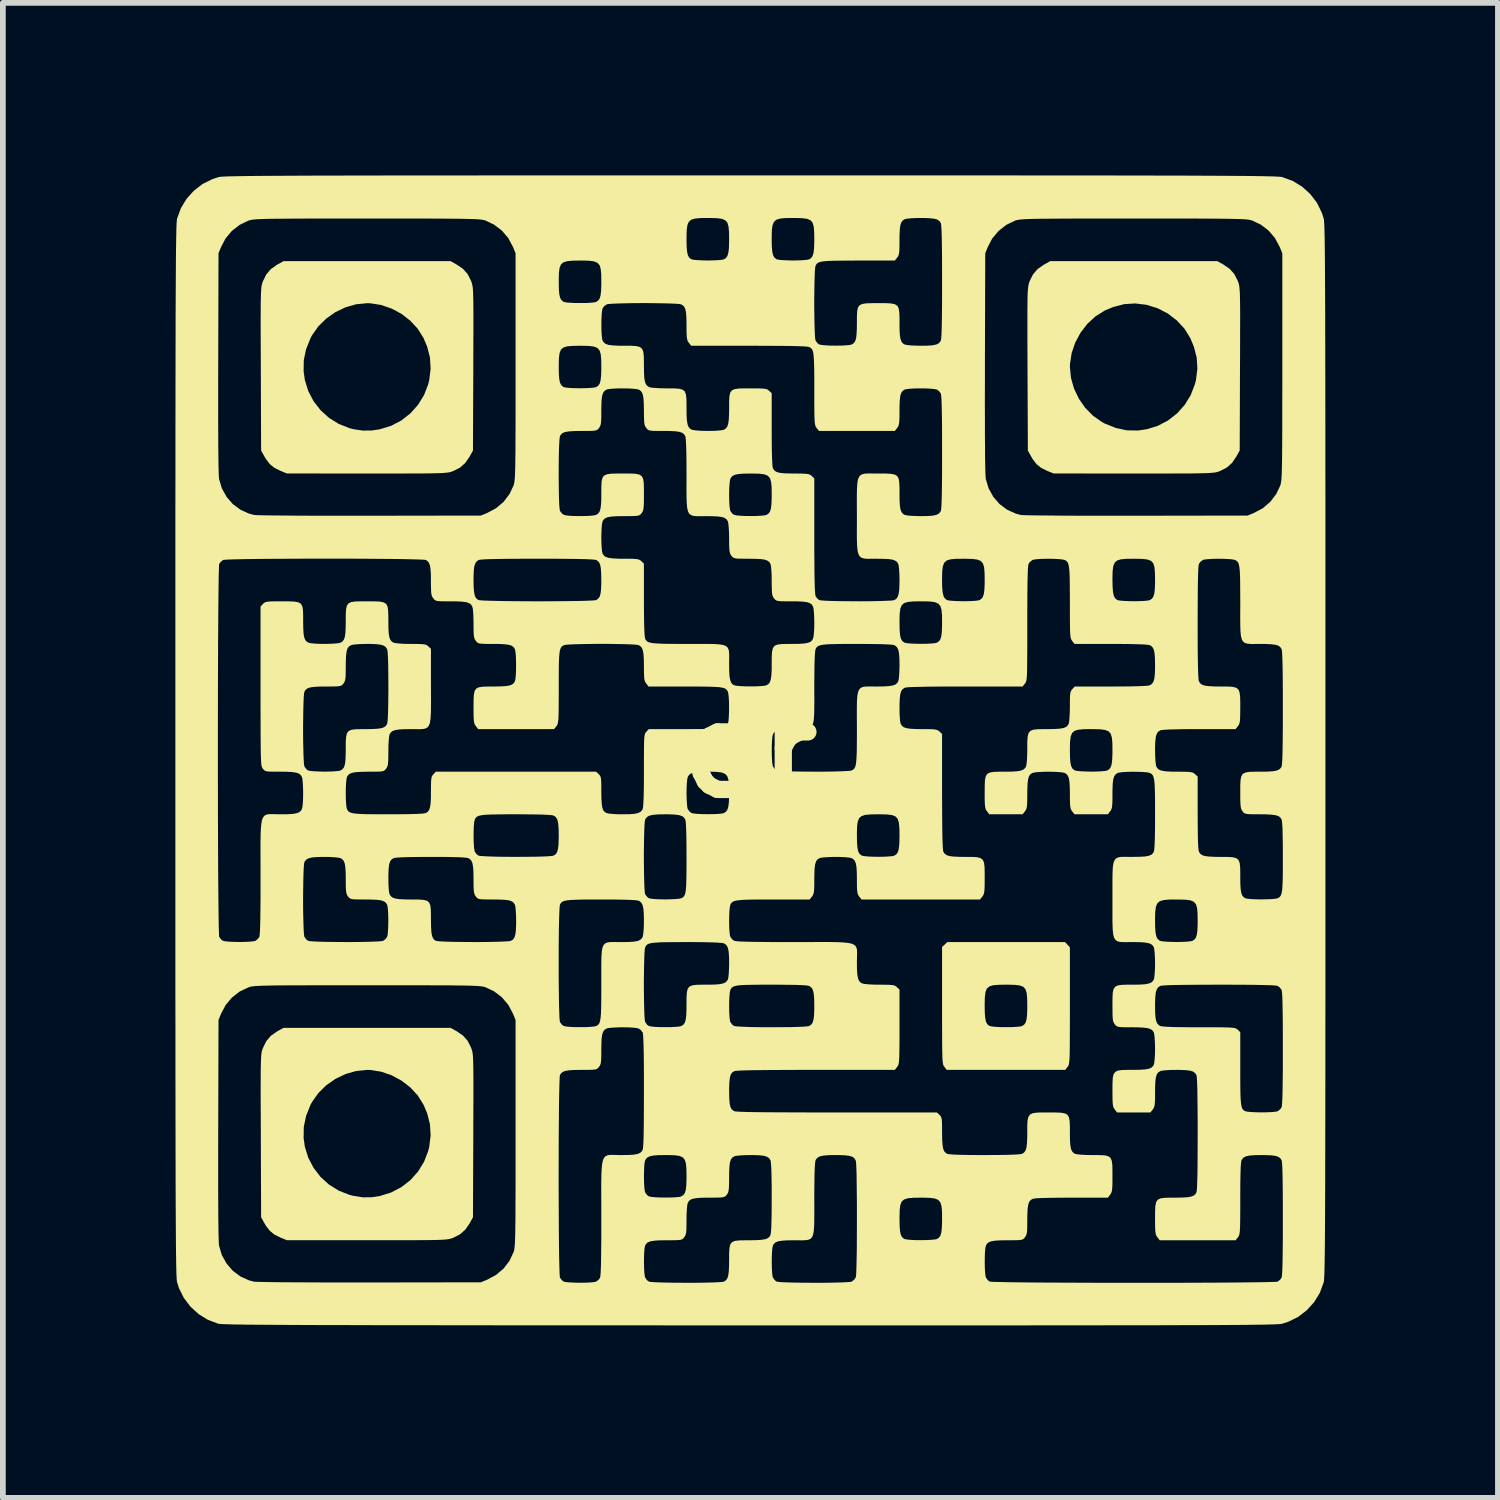
<source format=kicad_pcb>
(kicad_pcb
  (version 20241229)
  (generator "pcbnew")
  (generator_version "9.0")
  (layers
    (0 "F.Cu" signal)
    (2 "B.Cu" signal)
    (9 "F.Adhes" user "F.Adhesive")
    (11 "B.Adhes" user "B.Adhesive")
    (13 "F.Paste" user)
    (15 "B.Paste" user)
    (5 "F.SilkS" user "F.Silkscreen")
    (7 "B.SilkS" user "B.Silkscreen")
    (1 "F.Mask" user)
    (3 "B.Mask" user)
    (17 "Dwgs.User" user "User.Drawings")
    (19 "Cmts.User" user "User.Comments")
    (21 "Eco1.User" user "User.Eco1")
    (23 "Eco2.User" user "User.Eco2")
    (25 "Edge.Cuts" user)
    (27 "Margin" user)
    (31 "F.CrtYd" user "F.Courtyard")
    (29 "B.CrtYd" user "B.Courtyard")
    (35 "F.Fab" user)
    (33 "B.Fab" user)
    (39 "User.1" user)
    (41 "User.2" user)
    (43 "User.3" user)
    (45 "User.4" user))
  (footprint "qr"
    (layer "F.Cu")
    (at 10 10)
    (property "Reference" "qr" (at 0 0 0) (layer "F.SilkS") (effects (font (size 1.5 1.5) (thickness 0.3))))
    (attr board_only exclude_from_pos_files exclude_from_bom)
    (fp_poly (pts (xy 5.513 3.379) (xy 5.556 3.424) (xy 5.556 4.438) (xy 5.556 4.663) (xy 5.555 4.852) (xy 5.555 5.009) (xy 5.554 5.136) (xy 5.553 5.238) (xy 5.551 5.317) (xy 5.548 5.377) (xy 5.544 5.421) (xy 5.539 5.452) (xy 5.534 5.473) (xy 5.526 5.489) (xy 5.518 5.501) (xy 5.515 5.504) (xy 5.475 5.556) (xy 4.445 5.556) (xy 3.414 5.556) (xy 3.374 5.504) (xy 3.365 5.492) (xy 3.357 5.478) (xy 3.351 5.458) (xy 3.346 5.43) (xy 3.342 5.39) (xy 3.339 5.335) (xy 3.337 5.262) (xy 3.335 5.167) (xy 3.334 5.047) (xy 3.334 4.899) (xy 3.333 4.719) (xy 3.333 4.504) (xy 3.333 4.445) (xy 4.074 4.445) (xy 4.076 4.567) (xy 4.084 4.657) (xy 4.097 4.72) (xy 4.12 4.761) (xy 4.151 4.788) (xy 4.159 4.792) (xy 4.199 4.801) (xy 4.267 4.808) (xy 4.355 4.812) (xy 4.452 4.813) (xy 4.547 4.812) (xy 4.632 4.807) (xy 4.695 4.801) (xy 4.724 4.793) (xy 4.76 4.77) (xy 4.785 4.735) (xy 4.802 4.681) (xy 4.811 4.602) (xy 4.815 4.493) (xy 4.815 4.445) (xy 4.813 4.316) (xy 4.805 4.221) (xy 4.784 4.155) (xy 4.747 4.112) (xy 4.687 4.088) (xy 4.6 4.077) (xy 4.48 4.074) (xy 4.445 4.074) (xy 4.316 4.076) (xy 4.221 4.084) (xy 4.155 4.105) (xy 4.112 4.142) (xy 4.088 4.202) (xy 4.077 4.289) (xy 4.074 4.409) (xy 4.074 4.445) (xy 3.333 4.445) (xy 3.333 4.436) (xy 3.333 3.418) (xy 3.379 3.376) (xy 3.424 3.333) (xy 4.447 3.333) (xy 5.471 3.333)) (stroke (width 0) (type solid)) (fill yes) (layer "F.SilkS"))
    (fp_poly (pts (xy -5.111 -8.451) (xy -5 -8.376) (xy -4.919 -8.286) (xy -4.86 -8.17) (xy -4.855 -8.158) (xy -4.848 -8.136) (xy -4.841 -8.114) (xy -4.835 -8.089) (xy -4.83 -8.059) (xy -4.826 -8.019) (xy -4.823 -7.968) (xy -4.821 -7.903) (xy -4.819 -7.82) (xy -4.818 -7.718) (xy -4.817 -7.592) (xy -4.817 -7.44) (xy -4.817 -7.26) (xy -4.818 -7.049) (xy -4.819 -6.803) (xy -4.819 -6.631) (xy -4.825 -5.215) (xy -4.882 -5.111) (xy -4.958 -5) (xy -5.049 -4.919) (xy -5.164 -4.86) (xy -5.175 -4.856) (xy -5.196 -4.848) (xy -5.219 -4.841) (xy -5.244 -4.835) (xy -5.277 -4.831) (xy -5.318 -4.827) (xy -5.371 -4.823) (xy -5.439 -4.821) (xy -5.525 -4.819) (xy -5.632 -4.817) (xy -5.762 -4.816) (xy -5.919 -4.816) (xy -6.105 -4.815) (xy -6.323 -4.815) (xy -6.576 -4.815) (xy -6.672 -4.815) (xy -8.061 -4.816) (xy -8.175 -4.863) (xy -8.279 -4.915) (xy -8.358 -4.979) (xy -8.425 -5.067) (xy -8.453 -5.114) (xy -8.509 -5.215) (xy -8.514 -6.593) (xy -7.77 -6.593) (xy -7.749 -6.443) (xy -7.689 -6.249) (xy -7.596 -6.072) (xy -7.475 -5.916) (xy -7.328 -5.783) (xy -7.159 -5.678) (xy -6.973 -5.604) (xy -6.901 -5.586) (xy -6.74 -5.562) (xy -6.589 -5.563) (xy -6.443 -5.585) (xy -6.248 -5.645) (xy -6.07 -5.738) (xy -5.913 -5.861) (xy -5.781 -6.009) (xy -5.676 -6.179) (xy -5.603 -6.368) (xy -5.585 -6.443) (xy -5.561 -6.64) (xy -5.573 -6.833) (xy -5.622 -7.024) (xy -5.685 -7.172) (xy -5.784 -7.331) (xy -5.914 -7.472) (xy -6.067 -7.591) (xy -6.238 -7.683) (xy -6.421 -7.746) (xy -6.61 -7.776) (xy -6.667 -7.777) (xy -6.856 -7.759) (xy -7.041 -7.706) (xy -7.217 -7.622) (xy -7.376 -7.51) (xy -7.513 -7.376) (xy -7.622 -7.222) (xy -7.649 -7.172) (xy -7.727 -6.978) (xy -7.767 -6.787) (xy -7.77 -6.593) (xy -8.514 -6.593) (xy -8.514 -6.631) (xy -8.515 -6.899) (xy -8.516 -7.132) (xy -8.517 -7.332) (xy -8.517 -7.501) (xy -8.516 -7.642) (xy -8.516 -7.759) (xy -8.514 -7.854) (xy -8.512 -7.929) (xy -8.509 -7.989) (xy -8.506 -8.035) (xy -8.502 -8.071) (xy -8.497 -8.099) (xy -8.49 -8.123) (xy -8.483 -8.144) (xy -8.478 -8.158) (xy -8.42 -8.276) (xy -8.342 -8.368) (xy -8.235 -8.445) (xy -8.223 -8.451) (xy -8.119 -8.509) (xy -6.667 -8.509) (xy -5.215 -8.509)) (stroke (width 0) (type solid)) (fill yes) (layer "F.SilkS"))
    (fp_poly (pts (xy -5.111 4.882) (xy -5 4.958) (xy -4.919 5.048) (xy -4.86 5.164) (xy -4.855 5.176) (xy -4.848 5.198) (xy -4.841 5.219) (xy -4.835 5.244) (xy -4.83 5.275) (xy -4.826 5.314) (xy -4.823 5.365) (xy -4.821 5.431) (xy -4.819 5.513) (xy -4.818 5.616) (xy -4.817 5.742) (xy -4.817 5.893) (xy -4.817 6.073) (xy -4.818 6.285) (xy -4.819 6.531) (xy -4.819 6.703) (xy -4.825 8.119) (xy -4.882 8.223) (xy -4.958 8.334) (xy -5.049 8.414) (xy -5.164 8.474) (xy -5.175 8.478) (xy -5.196 8.486) (xy -5.219 8.492) (xy -5.244 8.498) (xy -5.277 8.503) (xy -5.318 8.507) (xy -5.371 8.51) (xy -5.439 8.513) (xy -5.525 8.515) (xy -5.632 8.516) (xy -5.762 8.517) (xy -5.919 8.518) (xy -6.105 8.518) (xy -6.323 8.518) (xy -6.576 8.518) (xy -6.672 8.518) (xy -8.061 8.518) (xy -8.175 8.471) (xy -8.279 8.419) (xy -8.358 8.354) (xy -8.425 8.267) (xy -8.453 8.22) (xy -8.509 8.119) (xy -8.514 6.74) (xy -7.77 6.74) (xy -7.749 6.891) (xy -7.689 7.084) (xy -7.596 7.261) (xy -7.475 7.418) (xy -7.328 7.551) (xy -7.159 7.656) (xy -6.973 7.729) (xy -6.901 7.747) (xy -6.74 7.772) (xy -6.589 7.771) (xy -6.443 7.749) (xy -6.248 7.688) (xy -6.07 7.595) (xy -5.913 7.473) (xy -5.781 7.325) (xy -5.676 7.155) (xy -5.603 6.966) (xy -5.585 6.891) (xy -5.561 6.693) (xy -5.573 6.501) (xy -5.622 6.309) (xy -5.685 6.161) (xy -5.784 6.002) (xy -5.914 5.861) (xy -6.067 5.743) (xy -6.238 5.65) (xy -6.421 5.587) (xy -6.61 5.558) (xy -6.667 5.556) (xy -6.856 5.575) (xy -7.041 5.628) (xy -7.217 5.712) (xy -7.376 5.823) (xy -7.513 5.958) (xy -7.622 6.112) (xy -7.649 6.161) (xy -7.727 6.356) (xy -7.767 6.547) (xy -7.77 6.74) (xy -8.514 6.74) (xy -8.514 6.703) (xy -8.515 6.434) (xy -8.516 6.201) (xy -8.517 6.002) (xy -8.517 5.833) (xy -8.516 5.691) (xy -8.516 5.575) (xy -8.514 5.48) (xy -8.512 5.404) (xy -8.509 5.345) (xy -8.506 5.298) (xy -8.502 5.263) (xy -8.497 5.234) (xy -8.49 5.211) (xy -8.483 5.19) (xy -8.478 5.176) (xy -8.42 5.058) (xy -8.342 4.965) (xy -8.235 4.889) (xy -8.223 4.882) (xy -8.119 4.825) (xy -6.667 4.825) (xy -5.215 4.825)) (stroke (width 0) (type solid)) (fill yes) (layer "F.SilkS"))
    (fp_poly (pts (xy 8.223 -8.451) (xy 8.333 -8.376) (xy 8.414 -8.286) (xy 8.473 -8.17) (xy 8.478 -8.158) (xy 8.486 -8.136) (xy 8.493 -8.114) (xy 8.499 -8.089) (xy 8.503 -8.059) (xy 8.507 -8.019) (xy 8.511 -7.968) (xy 8.513 -7.903) (xy 8.515 -7.82) (xy 8.516 -7.718) (xy 8.517 -7.592) (xy 8.517 -7.44) (xy 8.516 -7.26) (xy 8.516 -7.049) (xy 8.515 -6.803) (xy 8.514 -6.631) (xy 8.509 -5.215) (xy 8.451 -5.111) (xy 8.376 -5) (xy 8.285 -4.919) (xy 8.169 -4.86) (xy 8.159 -4.856) (xy 8.137 -4.848) (xy 8.115 -4.841) (xy 8.089 -4.835) (xy 8.057 -4.831) (xy 8.016 -4.827) (xy 7.963 -4.823) (xy 7.894 -4.821) (xy 7.809 -4.819) (xy 7.702 -4.817) (xy 7.572 -4.816) (xy 7.415 -4.816) (xy 7.229 -4.815) (xy 7.011 -4.815) (xy 6.757 -4.815) (xy 6.661 -4.815) (xy 5.273 -4.816) (xy 5.158 -4.863) (xy 5.054 -4.915) (xy 4.975 -4.979) (xy 4.908 -5.067) (xy 4.881 -5.114) (xy 4.825 -5.215) (xy 4.819 -6.631) (xy 4.819 -6.667) (xy 5.556 -6.667) (xy 5.575 -6.477) (xy 5.628 -6.292) (xy 5.712 -6.116) (xy 5.823 -5.957) (xy 5.958 -5.82) (xy 6.113 -5.711) (xy 6.161 -5.685) (xy 6.355 -5.607) (xy 6.547 -5.566) (xy 6.74 -5.563) (xy 6.891 -5.585) (xy 7.086 -5.645) (xy 7.263 -5.738) (xy 7.42 -5.861) (xy 7.553 -6.009) (xy 7.657 -6.179) (xy 7.73 -6.368) (xy 7.749 -6.443) (xy 7.773 -6.64) (xy 7.761 -6.833) (xy 7.711 -7.024) (xy 7.649 -7.172) (xy 7.548 -7.334) (xy 7.416 -7.477) (xy 7.26 -7.597) (xy 7.085 -7.688) (xy 6.896 -7.747) (xy 6.891 -7.749) (xy 6.693 -7.773) (xy 6.501 -7.761) (xy 6.309 -7.711) (xy 6.161 -7.649) (xy 6.002 -7.549) (xy 5.861 -7.42) (xy 5.743 -7.267) (xy 5.65 -7.095) (xy 5.587 -6.912) (xy 5.558 -6.724) (xy 5.556 -6.667) (xy 4.819 -6.667) (xy 4.818 -6.899) (xy 4.817 -7.132) (xy 4.817 -7.332) (xy 4.817 -7.501) (xy 4.817 -7.642) (xy 4.818 -7.759) (xy 4.819 -7.854) (xy 4.821 -7.929) (xy 4.824 -7.989) (xy 4.828 -8.035) (xy 4.832 -8.071) (xy 4.837 -8.099) (xy 4.843 -8.123) (xy 4.85 -8.144) (xy 4.855 -8.158) (xy 4.913 -8.276) (xy 4.991 -8.368) (xy 5.099 -8.445) (xy 5.111 -8.451) (xy 5.215 -8.509) (xy 6.667 -8.509) (xy 8.119 -8.509)) (stroke (width 0) (type solid)) (fill yes) (layer "F.SilkS"))
    (fp_poly (pts (xy 0.718 -10) (xy 1.397 -10) (xy 2.04 -10) (xy 2.647 -10) (xy 3.219 -10) (xy 3.757 -10) (xy 4.263 -10) (xy 4.736 -9.999) (xy 5.179 -9.999) (xy 5.592 -9.999) (xy 5.977 -9.998) (xy 6.333 -9.998) (xy 6.663 -9.997) (xy 6.968 -9.997) (xy 7.248 -9.996) (xy 7.504 -9.996) (xy 7.737 -9.995) (xy 7.949 -9.994) (xy 8.141 -9.993) (xy 8.313 -9.992) (xy 8.467 -9.991) (xy 8.603 -9.99) (xy 8.723 -9.989) (xy 8.828 -9.987) (xy 8.918 -9.986) (xy 8.995 -9.984) (xy 9.06 -9.983) (xy 9.113 -9.981) (xy 9.156 -9.979) (xy 9.19 -9.977) (xy 9.216 -9.975) (xy 9.235 -9.973) (xy 9.248 -9.971) (xy 9.249 -9.97) (xy 9.43 -9.904) (xy 9.593 -9.805) (xy 9.735 -9.677) (xy 9.851 -9.526) (xy 9.936 -9.354) (xy 9.97 -9.249) (xy 9.973 -9.237) (xy 9.975 -9.219) (xy 9.977 -9.194) (xy 9.979 -9.161) (xy 9.981 -9.119) (xy 9.983 -9.067) (xy 9.984 -9.004) (xy 9.986 -8.929) (xy 9.987 -8.84) (xy 9.989 -8.738) (xy 9.99 -8.62) (xy 9.991 -8.486) (xy 9.992 -8.334) (xy 9.993 -8.164) (xy 9.994 -7.975) (xy 9.995 -7.766) (xy 9.996 -7.535) (xy 9.996 -7.282) (xy 9.997 -7.005) (xy 9.997 -6.704) (xy 9.998 -6.377) (xy 9.998 -6.024) (xy 9.999 -5.643) (xy 9.999 -5.234) (xy 9.999 -4.795) (xy 10 -4.326) (xy 10 -3.824) (xy 10 -3.291) (xy 10 -2.723) (xy 10 -2.121) (xy 10 -1.482) (xy 10 -0.808) (xy 10 -0.095) (xy 10 0) (xy 10 0.718) (xy 10 1.397) (xy 10 2.04) (xy 10 2.647) (xy 10 3.219) (xy 10 3.757) (xy 10 4.263) (xy 9.999 4.736) (xy 9.999 5.179) (xy 9.999 5.592) (xy 9.998 5.977) (xy 9.998 6.333) (xy 9.997 6.663) (xy 9.997 6.968) (xy 9.996 7.248) (xy 9.996 7.504) (xy 9.995 7.737) (xy 9.994 7.949) (xy 9.993 8.141) (xy 9.992 8.313) (xy 9.991 8.467) (xy 9.99 8.603) (xy 9.989 8.723) (xy 9.987 8.828) (xy 9.986 8.918) (xy 9.984 8.995) (xy 9.983 9.06) (xy 9.981 9.113) (xy 9.979 9.156) (xy 9.977 9.19) (xy 9.975 9.216) (xy 9.973 9.235) (xy 9.971 9.248) (xy 9.97 9.249) (xy 9.904 9.43) (xy 9.805 9.593) (xy 9.677 9.735) (xy 9.526 9.851) (xy 9.354 9.936) (xy 9.249 9.97) (xy 9.237 9.973) (xy 9.219 9.975) (xy 9.194 9.977) (xy 9.161 9.979) (xy 9.12 9.981) (xy 9.068 9.983) (xy 9.005 9.984) (xy 8.929 9.986) (xy 8.841 9.987) (xy 8.739 9.988) (xy 8.621 9.99) (xy 8.487 9.991) (xy 8.336 9.992) (xy 8.167 9.993) (xy 7.978 9.994) (xy 7.769 9.995) (xy 7.538 9.995) (xy 7.285 9.996) (xy 7.009 9.997) (xy 6.708 9.997) (xy 6.382 9.997) (xy 6.03 9.998) (xy 5.649 9.998) (xy 5.241 9.998) (xy 4.802 9.999) (xy 4.333 9.999) (xy 3.833 9.999) (xy 3.299 9.999) (xy 2.732 9.999) (xy 2.131 9.999) (xy 1.493 9.999) (xy 0.819 9.999) (xy 0.107 9.999) (xy -0.009 9.999) (xy -0.731 9.999) (xy -1.414 9.999) (xy -2.061 9.998) (xy -2.671 9.998) (xy -3.247 9.998) (xy -3.789 9.998) (xy -4.298 9.998) (xy -4.774 9.997) (xy -5.22 9.997) (xy -5.636 9.996) (xy -6.023 9.996) (xy -6.383 9.996) (xy -6.715 9.995) (xy -7.021 9.994) (xy -7.303 9.994) (xy -7.56 9.993) (xy -7.795 9.992) (xy -8.008 9.991) (xy -8.2 9.99) (xy -8.372 9.989) (xy -8.526 9.988) (xy -8.661 9.987) (xy -8.78 9.986) (xy -8.883 9.984) (xy -8.971 9.983) (xy -9.045 9.981) (xy -9.106 9.979) (xy -9.156 9.978) (xy -9.195 9.976) (xy -9.224 9.974) (xy -9.244 9.972) (xy -9.257 9.97) (xy -9.257 9.969) (xy -9.436 9.902) (xy -9.597 9.802) (xy -9.738 9.673) (xy -9.853 9.522) (xy -9.938 9.351) (xy -9.97 9.249) (xy -9.973 9.237) (xy -9.975 9.219) (xy -9.977 9.194) (xy -9.979 9.161) (xy -9.981 9.119) (xy -9.983 9.067) (xy -9.984 9.004) (xy -9.986 8.929) (xy -9.987 8.84) (xy -9.989 8.738) (xy -9.99 8.62) (xy -9.991 8.486) (xy -9.992 8.334) (xy -9.993 8.164) (xy -9.994 7.975) (xy -9.995 7.766) (xy -9.996 7.535) (xy -9.996 7.282) (xy -9.996 7.281) (xy -9.256 7.281) (xy -9.256 7.572) (xy -9.255 7.83) (xy -9.254 8.052) (xy -9.252 8.238) (xy -9.25 8.388) (xy -9.247 8.501) (xy -9.244 8.577) (xy -9.241 8.612) (xy -9.192 8.776) (xy -9.111 8.922) (xy -9.003 9.048) (xy -8.871 9.147) (xy -8.72 9.216) (xy -8.632 9.239) (xy -8.601 9.241) (xy -8.534 9.243) (xy -8.433 9.245) (xy -8.302 9.247) (xy -8.142 9.249) (xy -7.958 9.25) (xy -7.751 9.251) (xy -7.525 9.252) (xy -7.282 9.253) (xy -7.025 9.253) (xy -6.757 9.253) (xy -6.618 9.253) (xy -4.688 9.25) (xy -4.578 9.205) (xy -4.424 9.122) (xy -4.292 9.011) (xy -4.188 8.874) (xy -4.119 8.726) (xy -4.113 8.708) (xy -4.108 8.687) (xy -4.104 8.66) (xy -4.1 8.625) (xy -4.096 8.58) (xy -4.094 8.522) (xy -4.091 8.45) (xy -4.089 8.36) (xy -4.088 8.251) (xy -4.086 8.119) (xy -4.086 7.964) (xy -4.085 7.781) (xy -4.084 7.57) (xy -4.084 7.338) (xy -3.335 7.338) (xy -3.335 7.567) (xy -3.334 7.794) (xy -3.333 8.015) (xy -3.332 8.226) (xy -3.331 8.425) (xy -3.329 8.607) (xy -3.327 8.77) (xy -3.324 8.91) (xy -3.321 9.023) (xy -3.318 9.107) (xy -3.314 9.156) (xy -3.312 9.169) (xy -3.279 9.213) (xy -3.248 9.237) (xy -3.209 9.246) (xy -3.14 9.252) (xy -3.053 9.256) (xy -2.956 9.258) (xy -2.86 9.256) (xy -2.776 9.252) (xy -2.712 9.245) (xy -2.683 9.238) (xy -2.638 9.203) (xy -2.614 9.169) (xy -2.609 9.14) (xy -2.604 9.079) (xy -2.6 8.986) (xy -2.598 8.909) (xy -1.851 8.909) (xy -1.849 9.004) (xy -1.844 9.087) (xy -1.836 9.148) (xy -1.83 9.169) (xy -1.798 9.213) (xy -1.767 9.237) (xy -1.735 9.243) (xy -1.67 9.248) (xy -1.578 9.252) (xy -1.464 9.255) (xy -1.335 9.257) (xy -1.197 9.258) (xy -1.056 9.259) (xy -0.916 9.258) (xy -0.786 9.256) (xy -0.669 9.253) (xy -0.573 9.249) (xy -0.502 9.245) (xy -0.464 9.239) (xy -0.461 9.238) (xy -0.427 9.216) (xy -0.402 9.183) (xy -0.386 9.134) (xy -0.376 9.061) (xy -0.371 8.96) (xy -0.371 8.909) (xy 0.371 8.909) (xy 0.373 9.004) (xy 0.378 9.087) (xy 0.386 9.148) (xy 0.392 9.169) (xy 0.424 9.213) (xy 0.455 9.237) (xy 0.487 9.243) (xy 0.553 9.248) (xy 0.645 9.252) (xy 0.758 9.255) (xy 0.887 9.257) (xy 1.025 9.258) (xy 1.167 9.259) (xy 1.306 9.258) (xy 1.437 9.256) (xy 1.553 9.253) (xy 1.65 9.249) (xy 1.72 9.245) (xy 1.758 9.239) (xy 1.761 9.238) (xy 1.806 9.203) (xy 1.83 9.169) (xy 1.836 9.14) (xy 1.841 9.078) (xy 1.844 8.984) (xy 1.847 8.855) (xy 1.85 8.691) (xy 1.851 8.491) (xy 1.852 8.253) (xy 1.852 8.148) (xy 2.593 8.148) (xy 2.595 8.271) (xy 2.602 8.361) (xy 2.616 8.423) (xy 2.638 8.465) (xy 2.67 8.492) (xy 2.678 8.496) (xy 2.717 8.505) (xy 2.786 8.512) (xy 2.873 8.516) (xy 2.97 8.517) (xy 3.066 8.515) (xy 3.15 8.511) (xy 3.214 8.504) (xy 3.243 8.497) (xy 3.278 8.474) (xy 3.304 8.438) (xy 3.32 8.384) (xy 3.329 8.306) (xy 3.333 8.196) (xy 3.333 8.148) (xy 3.332 8.02) (xy 3.323 7.925) (xy 3.303 7.859) (xy 3.265 7.816) (xy 3.205 7.792) (xy 3.118 7.781) (xy 2.998 7.778) (xy 2.963 7.778) (xy 2.834 7.78) (xy 2.74 7.788) (xy 2.673 7.809) (xy 2.631 7.846) (xy 2.607 7.906) (xy 2.596 7.993) (xy 2.593 8.113) (xy 2.593 8.148) (xy 1.852 8.148) (xy 1.852 7.895) (xy 1.85 7.68) (xy 1.848 7.502) (xy 1.846 7.359) (xy 1.842 7.251) (xy 1.838 7.177) (xy 1.833 7.136) (xy 1.83 7.128) (xy 1.807 7.092) (xy 1.772 7.067) (xy 1.717 7.05) (xy 1.639 7.041) (xy 1.53 7.037) (xy 1.482 7.037) (xy 1.36 7.039) (xy 1.271 7.046) (xy 1.208 7.06) (xy 1.167 7.082) (xy 1.14 7.114) (xy 1.133 7.128) (xy 1.126 7.165) (xy 1.12 7.241) (xy 1.115 7.355) (xy 1.113 7.509) (xy 1.111 7.701) (xy 1.111 7.796) (xy 1.112 7.983) (xy 1.111 8.135) (xy 1.109 8.255) (xy 1.103 8.348) (xy 1.092 8.416) (xy 1.073 8.463) (xy 1.045 8.494) (xy 1.006 8.511) (xy 0.954 8.518) (xy 0.889 8.52) (xy 0.807 8.519) (xy 0.769 8.519) (xy 0.643 8.52) (xy 0.549 8.526) (xy 0.483 8.537) (xy 0.438 8.555) (xy 0.408 8.582) (xy 0.392 8.609) (xy 0.382 8.652) (xy 0.376 8.722) (xy 0.372 8.812) (xy 0.371 8.909) (xy -0.371 8.909) (xy -0.37 8.865) (xy -0.37 8.741) (xy -0.364 8.651) (xy -0.349 8.589) (xy -0.319 8.551) (xy -0.267 8.529) (xy -0.19 8.521) (xy -0.082 8.519) (xy -0.027 8.519) (xy 0.1 8.517) (xy 0.193 8.511) (xy 0.259 8.5) (xy 0.304 8.482) (xy 0.333 8.455) (xy 0.349 8.428) (xy 0.356 8.391) (xy 0.362 8.315) (xy 0.366 8.201) (xy 0.369 8.048) (xy 0.37 7.857) (xy 0.37 7.778) (xy 0.37 7.573) (xy 0.367 7.407) (xy 0.364 7.278) (xy 0.358 7.188) (xy 0.352 7.137) (xy 0.349 7.128) (xy 0.326 7.092) (xy 0.29 7.067) (xy 0.236 7.05) (xy 0.157 7.041) (xy 0.048 7.037) (xy 0 7.037) (xy -0.097 7.039) (xy -0.182 7.044) (xy -0.247 7.051) (xy -0.28 7.059) (xy -0.314 7.081) (xy -0.339 7.114) (xy -0.356 7.165) (xy -0.365 7.239) (xy -0.37 7.342) (xy -0.37 7.425) (xy -0.371 7.531) (xy -0.374 7.605) (xy -0.379 7.655) (xy -0.388 7.69) (xy -0.403 7.716) (xy -0.411 7.727) (xy -0.428 7.747) (xy -0.447 7.761) (xy -0.475 7.77) (xy -0.518 7.775) (xy -0.584 7.777) (xy -0.679 7.778) (xy -0.712 7.778) (xy -0.839 7.779) (xy -0.932 7.785) (xy -0.999 7.796) (xy -1.044 7.814) (xy -1.073 7.841) (xy -1.089 7.869) (xy -1.098 7.907) (xy -1.105 7.976) (xy -1.11 8.066) (xy -1.111 8.166) (xy -1.112 8.271) (xy -1.114 8.345) (xy -1.12 8.396) (xy -1.129 8.43) (xy -1.144 8.457) (xy -1.152 8.467) (xy -1.169 8.488) (xy -1.188 8.502) (xy -1.215 8.511) (xy -1.258 8.516) (xy -1.324 8.518) (xy -1.42 8.519) (xy -1.453 8.519) (xy -1.579 8.52) (xy -1.673 8.526) (xy -1.739 8.537) (xy -1.784 8.555) (xy -1.814 8.582) (xy -1.83 8.609) (xy -1.84 8.652) (xy -1.847 8.722) (xy -1.85 8.812) (xy -1.851 8.909) (xy -2.598 8.909) (xy -2.597 8.858) (xy -2.595 8.695) (xy -2.593 8.496) (xy -2.593 8.26) (xy -2.593 8.124) (xy -2.593 7.89) (xy -2.594 7.691) (xy -2.594 7.526) (xy -2.592 7.428) (xy -1.851 7.428) (xy -1.849 7.523) (xy -1.844 7.606) (xy -1.836 7.666) (xy -1.83 7.687) (xy -1.798 7.732) (xy -1.767 7.755) (xy -1.727 7.764) (xy -1.659 7.771) (xy -1.571 7.775) (xy -1.474 7.776) (xy -1.379 7.775) (xy -1.294 7.771) (xy -1.231 7.764) (xy -1.202 7.756) (xy -1.166 7.733) (xy -1.141 7.698) (xy -1.124 7.644) (xy -1.115 7.565) (xy -1.111 7.456) (xy -1.111 7.408) (xy -1.113 7.279) (xy -1.121 7.184) (xy -1.142 7.118) (xy -1.179 7.075) (xy -1.239 7.051) (xy -1.326 7.04) (xy -1.446 7.037) (xy -1.482 7.037) (xy -1.603 7.039) (xy -1.692 7.046) (xy -1.755 7.06) (xy -1.796 7.082) (xy -1.823 7.114) (xy -1.83 7.128) (xy -1.84 7.17) (xy -1.847 7.241) (xy -1.85 7.33) (xy -1.851 7.428) (xy -2.592 7.428) (xy -2.592 7.391) (xy -2.587 7.282) (xy -2.579 7.198) (xy -2.567 7.135) (xy -2.549 7.091) (xy -2.525 7.061) (xy -2.493 7.044) (xy -2.453 7.035) (xy -2.404 7.034) (xy -2.345 7.035) (xy -2.275 7.037) (xy -2.249 7.037) (xy -2.123 7.036) (xy -2.029 7.03) (xy -1.963 7.018) (xy -1.919 7) (xy -1.889 6.973) (xy -1.874 6.946) (xy -1.868 6.917) (xy -1.863 6.856) (xy -1.859 6.762) (xy -1.856 6.633) (xy -1.854 6.469) (xy -1.853 6.269) (xy -1.852 6.031) (xy -1.852 5.926) (xy -0.37 5.926) (xy -0.368 6.048) (xy -0.361 6.137) (xy -0.348 6.199) (xy -0.326 6.241) (xy -0.294 6.267) (xy -0.28 6.275) (xy -0.256 6.279) (xy -0.206 6.283) (xy -0.126 6.286) (xy -0.016 6.289) (xy 0.126 6.291) (xy 0.299 6.293) (xy 0.507 6.294) (xy 0.749 6.295) (xy 1.028 6.296) (xy 1.343 6.296) (xy 1.506 6.296) (xy 3.243 6.296) (xy 3.288 6.339) (xy 3.307 6.358) (xy 3.319 6.381) (xy 3.327 6.414) (xy 3.331 6.464) (xy 3.333 6.539) (xy 3.333 6.64) (xy 3.335 6.766) (xy 3.341 6.86) (xy 3.352 6.926) (xy 3.37 6.971) (xy 3.397 7) (xy 3.424 7.016) (xy 3.461 7.023) (xy 3.537 7.029) (xy 3.651 7.033) (xy 3.804 7.036) (xy 3.995 7.037) (xy 4.074 7.037) (xy 4.279 7.036) (xy 4.446 7.034) (xy 4.574 7.03) (xy 4.664 7.025) (xy 4.715 7.018) (xy 4.724 7.016) (xy 4.758 6.994) (xy 4.783 6.961) (xy 4.8 6.911) (xy 4.809 6.839) (xy 4.814 6.737) (xy 4.815 6.643) (xy 4.815 6.522) (xy 4.82 6.433) (xy 4.834 6.372) (xy 4.863 6.332) (xy 4.911 6.309) (xy 4.985 6.299) (xy 5.088 6.296) (xy 5.183 6.296) (xy 5.312 6.297) (xy 5.407 6.301) (xy 5.473 6.314) (xy 5.516 6.34) (xy 5.541 6.384) (xy 5.552 6.451) (xy 5.556 6.546) (xy 5.556 6.64) (xy 5.557 6.766) (xy 5.563 6.86) (xy 5.574 6.926) (xy 5.593 6.971) (xy 5.619 7) (xy 5.646 7.016) (xy 5.685 7.024) (xy 5.754 7.031) (xy 5.846 7.036) (xy 5.95 7.037) (xy 6.072 7.038) (xy 6.161 7.042) (xy 6.222 7.057) (xy 6.262 7.086) (xy 6.284 7.136) (xy 6.294 7.21) (xy 6.296 7.315) (xy 6.296 7.399) (xy 6.296 7.51) (xy 6.294 7.589) (xy 6.289 7.643) (xy 6.281 7.681) (xy 6.269 7.707) (xy 6.256 7.727) (xy 6.216 7.778) (xy 5.584 7.778) (xy 5.373 7.779) (xy 5.201 7.781) (xy 5.068 7.784) (xy 4.974 7.789) (xy 4.919 7.796) (xy 4.906 7.8) (xy 4.871 7.822) (xy 4.846 7.855) (xy 4.83 7.906) (xy 4.82 7.98) (xy 4.816 8.083) (xy 4.815 8.166) (xy 4.814 8.271) (xy 4.812 8.345) (xy 4.806 8.396) (xy 4.797 8.43) (xy 4.782 8.457) (xy 4.774 8.467) (xy 4.757 8.488) (xy 4.738 8.502) (xy 4.711 8.511) (xy 4.668 8.516) (xy 4.602 8.518) (xy 4.506 8.519) (xy 4.473 8.519) (xy 4.347 8.52) (xy 4.253 8.526) (xy 4.187 8.537) (xy 4.142 8.555) (xy 4.112 8.582) (xy 4.096 8.609) (xy 4.086 8.652) (xy 4.079 8.722) (xy 4.076 8.812) (xy 4.075 8.909) (xy 4.077 9.004) (xy 4.082 9.087) (xy 4.09 9.148) (xy 4.096 9.169) (xy 4.128 9.213) (xy 4.159 9.237) (xy 4.185 9.24) (xy 4.247 9.243) (xy 4.342 9.245) (xy 4.467 9.248) (xy 4.62 9.25) (xy 4.798 9.252) (xy 4.998 9.254) (xy 5.216 9.255) (xy 5.451 9.256) (xy 5.699 9.257) (xy 5.957 9.258) (xy 6.223 9.259) (xy 6.493 9.259) (xy 6.765 9.259) (xy 7.036 9.259) (xy 7.304 9.259) (xy 7.564 9.258) (xy 7.815 9.257) (xy 8.053 9.256) (xy 8.276 9.255) (xy 8.481 9.253) (xy 8.664 9.251) (xy 8.824 9.249) (xy 8.957 9.247) (xy 9.06 9.244) (xy 9.13 9.242) (xy 9.166 9.239) (xy 9.169 9.238) (xy 9.214 9.203) (xy 9.238 9.169) (xy 9.243 9.14) (xy 9.248 9.078) (xy 9.252 8.984) (xy 9.255 8.855) (xy 9.257 8.691) (xy 9.259 8.491) (xy 9.259 8.253) (xy 9.259 8.148) (xy 9.259 7.895) (xy 9.258 7.68) (xy 9.256 7.502) (xy 9.253 7.359) (xy 9.25 7.251) (xy 9.245 7.177) (xy 9.24 7.136) (xy 9.238 7.128) (xy 9.215 7.092) (xy 9.179 7.067) (xy 9.125 7.05) (xy 9.046 7.041) (xy 8.937 7.037) (xy 8.889 7.037) (xy 8.767 7.039) (xy 8.678 7.046) (xy 8.616 7.06) (xy 8.574 7.082) (xy 8.548 7.114) (xy 8.54 7.128) (xy 8.533 7.165) (xy 8.527 7.241) (xy 8.523 7.355) (xy 8.52 7.509) (xy 8.519 7.701) (xy 8.519 7.796) (xy 8.519 7.968) (xy 8.518 8.105) (xy 8.517 8.212) (xy 8.515 8.294) (xy 8.512 8.353) (xy 8.507 8.395) (xy 8.501 8.424) (xy 8.493 8.445) (xy 8.483 8.461) (xy 8.478 8.467) (xy 8.438 8.519) (xy 7.778 8.519) (xy 7.118 8.519) (xy 7.078 8.467) (xy 7.061 8.443) (xy 7.05 8.415) (xy 7.043 8.375) (xy 7.039 8.315) (xy 7.037 8.23) (xy 7.037 8.142) (xy 7.038 8.015) (xy 7.042 7.921) (xy 7.056 7.856) (xy 7.083 7.815) (xy 7.13 7.791) (xy 7.2 7.781) (xy 7.299 7.778) (xy 7.381 7.778) (xy 7.507 7.776) (xy 7.6 7.771) (xy 7.666 7.759) (xy 7.711 7.741) (xy 7.741 7.714) (xy 7.756 7.687) (xy 7.762 7.658) (xy 7.767 7.597) (xy 7.77 7.503) (xy 7.774 7.374) (xy 7.776 7.21) (xy 7.777 7.009) (xy 7.778 6.772) (xy 7.778 6.667) (xy 7.778 6.414) (xy 7.776 6.199) (xy 7.774 6.02) (xy 7.772 5.878) (xy 7.768 5.77) (xy 7.764 5.696) (xy 7.759 5.654) (xy 7.756 5.646) (xy 7.733 5.611) (xy 7.698 5.585) (xy 7.644 5.569) (xy 7.565 5.56) (xy 7.456 5.556) (xy 7.408 5.556) (xy 7.311 5.557) (xy 7.225 5.562) (xy 7.16 5.569) (xy 7.128 5.577) (xy 7.093 5.599) (xy 7.068 5.633) (xy 7.052 5.683) (xy 7.042 5.757) (xy 7.038 5.861) (xy 7.037 5.944) (xy 7.037 6.049) (xy 7.034 6.123) (xy 7.029 6.173) (xy 7.019 6.208) (xy 7.005 6.234) (xy 6.997 6.245) (xy 6.956 6.296) (xy 6.667 6.296) (xy 6.377 6.296) (xy 6.337 6.245) (xy 6.321 6.221) (xy 6.309 6.193) (xy 6.302 6.152) (xy 6.298 6.093) (xy 6.297 6.008) (xy 6.296 5.92) (xy 6.297 5.792) (xy 6.301 5.699) (xy 6.315 5.634) (xy 6.343 5.592) (xy 6.389 5.569) (xy 6.459 5.558) (xy 6.558 5.556) (xy 6.64 5.556) (xy 6.766 5.554) (xy 6.86 5.548) (xy 6.926 5.537) (xy 6.971 5.519) (xy 7 5.492) (xy 7.016 5.465) (xy 7.024 5.427) (xy 7.031 5.359) (xy 7.036 5.272) (xy 7.037 5.185) (xy 7.035 5.089) (xy 7.03 5.003) (xy 7.023 4.938) (xy 7.016 4.906) (xy 6.994 4.872) (xy 6.962 4.847) (xy 6.913 4.831) (xy 6.841 4.821) (xy 6.741 4.816) (xy 6.638 4.815) (xy 6.533 4.815) (xy 6.459 4.813) (xy 6.411 4.809) (xy 6.38 4.801) (xy 6.359 4.789) (xy 6.342 4.77) (xy 6.337 4.764) (xy 6.321 4.74) (xy 6.309 4.711) (xy 6.302 4.671) (xy 6.298 4.612) (xy 6.297 4.526) (xy 6.296 4.445) (xy 7.037 4.445) (xy 7.039 4.566) (xy 7.046 4.655) (xy 7.06 4.718) (xy 7.082 4.759) (xy 7.114 4.786) (xy 7.128 4.793) (xy 7.165 4.8) (xy 7.241 4.806) (xy 7.355 4.811) (xy 7.509 4.813) (xy 7.702 4.815) (xy 7.802 4.815) (xy 7.975 4.815) (xy 8.113 4.815) (xy 8.22 4.816) (xy 8.302 4.818) (xy 8.361 4.821) (xy 8.403 4.825) (xy 8.431 4.831) (xy 8.45 4.839) (xy 8.465 4.849) (xy 8.474 4.857) (xy 8.519 4.9) (xy 8.519 5.529) (xy 8.519 5.714) (xy 8.52 5.864) (xy 8.522 5.983) (xy 8.526 6.074) (xy 8.533 6.143) (xy 8.541 6.192) (xy 8.553 6.227) (xy 8.569 6.25) (xy 8.588 6.265) (xy 8.604 6.274) (xy 8.643 6.283) (xy 8.712 6.289) (xy 8.8 6.293) (xy 8.896 6.295) (xy 8.992 6.293) (xy 9.076 6.289) (xy 9.14 6.282) (xy 9.169 6.275) (xy 9.214 6.24) (xy 9.238 6.206) (xy 9.243 6.177) (xy 9.248 6.115) (xy 9.252 6.021) (xy 9.255 5.892) (xy 9.257 5.728) (xy 9.259 5.528) (xy 9.259 5.29) (xy 9.259 5.185) (xy 9.259 4.932) (xy 9.258 4.717) (xy 9.256 4.539) (xy 9.253 4.396) (xy 9.25 4.288) (xy 9.245 4.214) (xy 9.24 4.173) (xy 9.238 4.165) (xy 9.203 4.12) (xy 9.169 4.096) (xy 9.14 4.09) (xy 9.078 4.085) (xy 8.984 4.082) (xy 8.855 4.079) (xy 8.691 4.076) (xy 8.491 4.075) (xy 8.253 4.074) (xy 8.148 4.074) (xy 7.895 4.075) (xy 7.68 4.076) (xy 7.502 4.078) (xy 7.359 4.08) (xy 7.251 4.084) (xy 7.177 4.088) (xy 7.136 4.093) (xy 7.128 4.096) (xy 7.092 4.119) (xy 7.067 4.154) (xy 7.05 4.209) (xy 7.041 4.287) (xy 7.037 4.396) (xy 7.037 4.445) (xy 6.296 4.445) (xy 6.296 4.438) (xy 6.297 4.311) (xy 6.301 4.217) (xy 6.315 4.152) (xy 6.343 4.111) (xy 6.389 4.087) (xy 6.459 4.077) (xy 6.558 4.074) (xy 6.64 4.074) (xy 6.766 4.073) (xy 6.86 4.067) (xy 6.926 4.055) (xy 6.971 4.037) (xy 7 4.01) (xy 7.016 3.983) (xy 7.024 3.945) (xy 7.031 3.878) (xy 7.036 3.79) (xy 7.037 3.704) (xy 7.035 3.607) (xy 7.03 3.521) (xy 7.023 3.457) (xy 7.016 3.424) (xy 6.994 3.39) (xy 6.962 3.366) (xy 6.913 3.349) (xy 6.841 3.339) (xy 6.741 3.334) (xy 6.638 3.333) (xy 6.551 3.334) (xy 6.48 3.334) (xy 6.423 3.33) (xy 6.38 3.318) (xy 6.347 3.294) (xy 6.324 3.255) (xy 6.309 3.198) (xy 6.301 3.118) (xy 6.297 3.012) (xy 6.296 2.963) (xy 7.037 2.963) (xy 7.039 3.086) (xy 7.047 3.175) (xy 7.06 3.238) (xy 7.083 3.28) (xy 7.114 3.306) (xy 7.122 3.311) (xy 7.162 3.32) (xy 7.23 3.326) (xy 7.318 3.33) (xy 7.415 3.332) (xy 7.51 3.33) (xy 7.595 3.326) (xy 7.658 3.319) (xy 7.687 3.312) (xy 7.723 3.289) (xy 7.748 3.253) (xy 7.765 3.199) (xy 7.774 3.12) (xy 7.778 3.011) (xy 7.778 2.963) (xy 7.776 2.834) (xy 7.768 2.74) (xy 7.747 2.673) (xy 7.71 2.631) (xy 7.65 2.607) (xy 7.563 2.596) (xy 7.443 2.593) (xy 7.408 2.593) (xy 7.279 2.594) (xy 7.184 2.603) (xy 7.118 2.623) (xy 7.075 2.661) (xy 7.051 2.721) (xy 7.04 2.808) (xy 7.037 2.928) (xy 7.037 2.963) (xy 6.296 2.963) (xy 6.296 2.877) (xy 6.296 2.708) (xy 6.296 2.586) (xy 6.296 2.397) (xy 6.296 2.244) (xy 6.298 2.122) (xy 6.303 2.028) (xy 6.314 1.958) (xy 6.332 1.91) (xy 6.359 1.878) (xy 6.397 1.86) (xy 6.446 1.852) (xy 6.51 1.851) (xy 6.589 1.852) (xy 6.64 1.852) (xy 6.766 1.85) (xy 6.86 1.845) (xy 6.926 1.833) (xy 6.971 1.815) (xy 7 1.788) (xy 7.016 1.761) (xy 7.023 1.724) (xy 7.029 1.648) (xy 7.033 1.534) (xy 7.036 1.381) (xy 7.037 1.19) (xy 7.037 1.111) (xy 7.037 0.93) (xy 7.036 0.784) (xy 7.033 0.669) (xy 7.029 0.58) (xy 7.022 0.515) (xy 7.012 0.468) (xy 6.999 0.436) (xy 6.982 0.414) (xy 6.961 0.399) (xy 6.946 0.392) (xy 6.904 0.382) (xy 6.833 0.376) (xy 6.744 0.372) (xy 6.647 0.371) (xy 6.552 0.373) (xy 6.469 0.378) (xy 6.408 0.386) (xy 6.387 0.392) (xy 6.353 0.414) (xy 6.328 0.447) (xy 6.311 0.498) (xy 6.301 0.572) (xy 6.297 0.675) (xy 6.296 0.759) (xy 6.296 0.864) (xy 6.293 0.938) (xy 6.288 0.988) (xy 6.278 1.023) (xy 6.264 1.049) (xy 6.256 1.06) (xy 6.216 1.111) (xy 5.926 1.111) (xy 5.636 1.111) (xy 5.596 1.06) (xy 5.579 1.035) (xy 5.568 1.004) (xy 5.561 0.962) (xy 5.557 0.899) (xy 5.556 0.808) (xy 5.556 0.759) (xy 5.554 0.634) (xy 5.548 0.542) (xy 5.536 0.477) (xy 5.516 0.433) (xy 5.488 0.405) (xy 5.465 0.392) (xy 5.427 0.383) (xy 5.359 0.376) (xy 5.272 0.372) (xy 5.185 0.37) (xy 5.089 0.372) (xy 5.003 0.377) (xy 4.938 0.384) (xy 4.906 0.392) (xy 4.871 0.414) (xy 4.846 0.447) (xy 4.83 0.498) (xy 4.82 0.572) (xy 4.816 0.675) (xy 4.815 0.759) (xy 4.814 0.864) (xy 4.812 0.938) (xy 4.806 0.988) (xy 4.797 1.023) (xy 4.782 1.049) (xy 4.774 1.06) (xy 4.734 1.111) (xy 4.445 1.111) (xy 4.155 1.111) (xy 4.115 1.06) (xy 4.098 1.036) (xy 4.087 1.007) (xy 4.08 0.967) (xy 4.076 0.908) (xy 4.074 0.823) (xy 4.074 0.735) (xy 4.075 0.607) (xy 4.079 0.514) (xy 4.093 0.449) (xy 4.12 0.407) (xy 4.167 0.384) (xy 4.237 0.373) (xy 4.336 0.37) (xy 4.418 0.37) (xy 4.544 0.369) (xy 4.637 0.363) (xy 4.703 0.352) (xy 4.748 0.333) (xy 4.778 0.307) (xy 4.793 0.28) (xy 4.802 0.241) (xy 4.809 0.172) (xy 4.813 0.08) (xy 4.815 0) (xy 5.556 0) (xy 5.558 0.123) (xy 5.565 0.212) (xy 5.579 0.275) (xy 5.601 0.317) (xy 5.633 0.343) (xy 5.641 0.348) (xy 5.68 0.357) (xy 5.749 0.363) (xy 5.837 0.367) (xy 5.933 0.369) (xy 6.029 0.367) (xy 6.113 0.363) (xy 6.177 0.356) (xy 6.206 0.349) (xy 6.241 0.326) (xy 6.267 0.29) (xy 6.283 0.236) (xy 6.292 0.157) (xy 6.296 0.048) (xy 6.296 0) (xy 7.037 0) (xy 7.039 0.097) (xy 7.044 0.182) (xy 7.051 0.247) (xy 7.059 0.28) (xy 7.08 0.314) (xy 7.113 0.339) (xy 7.163 0.355) (xy 7.235 0.365) (xy 7.337 0.37) (xy 7.432 0.37) (xy 7.537 0.371) (xy 7.611 0.373) (xy 7.661 0.378) (xy 7.694 0.386) (xy 7.717 0.4) (xy 7.733 0.413) (xy 7.778 0.455) (xy 7.778 1.084) (xy 7.779 1.295) (xy 7.781 1.467) (xy 7.784 1.6) (xy 7.789 1.694) (xy 7.796 1.749) (xy 7.8 1.761) (xy 7.821 1.795) (xy 7.854 1.82) (xy 7.904 1.837) (xy 7.976 1.846) (xy 8.078 1.851) (xy 8.172 1.852) (xy 8.296 1.852) (xy 8.386 1.858) (xy 8.448 1.873) (xy 8.487 1.904) (xy 8.508 1.955) (xy 8.517 2.032) (xy 8.519 2.14) (xy 8.519 2.195) (xy 8.52 2.323) (xy 8.526 2.416) (xy 8.538 2.483) (xy 8.556 2.528) (xy 8.583 2.557) (xy 8.604 2.57) (xy 8.643 2.579) (xy 8.712 2.586) (xy 8.8 2.59) (xy 8.896 2.591) (xy 8.992 2.589) (xy 9.076 2.585) (xy 9.14 2.578) (xy 9.169 2.571) (xy 9.193 2.558) (xy 9.212 2.541) (xy 9.228 2.515) (xy 9.239 2.477) (xy 9.248 2.423) (xy 9.253 2.348) (xy 9.257 2.248) (xy 9.259 2.12) (xy 9.259 1.96) (xy 9.259 1.852) (xy 9.259 1.647) (xy 9.256 1.48) (xy 9.253 1.352) (xy 9.247 1.262) (xy 9.241 1.211) (xy 9.238 1.202) (xy 9.216 1.168) (xy 9.184 1.143) (xy 9.135 1.127) (xy 9.064 1.117) (xy 8.964 1.112) (xy 8.86 1.111) (xy 8.755 1.111) (xy 8.682 1.109) (xy 8.633 1.105) (xy 8.602 1.098) (xy 8.581 1.085) (xy 8.564 1.066) (xy 8.559 1.06) (xy 8.543 1.036) (xy 8.532 1.007) (xy 8.525 0.967) (xy 8.521 0.908) (xy 8.519 0.823) (xy 8.519 0.735) (xy 8.519 0.607) (xy 8.524 0.514) (xy 8.537 0.449) (xy 8.565 0.407) (xy 8.611 0.384) (xy 8.681 0.373) (xy 8.78 0.37) (xy 8.862 0.37) (xy 8.989 0.369) (xy 9.082 0.363) (xy 9.148 0.352) (xy 9.193 0.333) (xy 9.222 0.307) (xy 9.238 0.28) (xy 9.243 0.251) (xy 9.248 0.189) (xy 9.252 0.095) (xy 9.255 -0.034) (xy 9.257 -0.198) (xy 9.259 -0.398) (xy 9.259 -0.636) (xy 9.259 -0.741) (xy 9.259 -0.994) (xy 9.258 -1.209) (xy 9.256 -1.387) (xy 9.253 -1.53) (xy 9.25 -1.638) (xy 9.245 -1.712) (xy 9.24 -1.753) (xy 9.238 -1.761) (xy 9.216 -1.795) (xy 9.184 -1.82) (xy 9.135 -1.836) (xy 9.064 -1.846) (xy 8.964 -1.851) (xy 8.86 -1.852) (xy 8.772 -1.851) (xy 8.7 -1.851) (xy 8.643 -1.856) (xy 8.599 -1.869) (xy 8.567 -1.893) (xy 8.545 -1.933) (xy 8.53 -1.993) (xy 8.522 -2.075) (xy 8.519 -2.183) (xy 8.518 -2.322) (xy 8.519 -2.495) (xy 8.519 -2.575) (xy 8.518 -2.758) (xy 8.517 -2.907) (xy 8.515 -3.025) (xy 8.511 -3.115) (xy 8.504 -3.183) (xy 8.495 -3.231) (xy 8.483 -3.265) (xy 8.466 -3.287) (xy 8.446 -3.303) (xy 8.428 -3.312) (xy 8.386 -3.321) (xy 8.315 -3.328) (xy 8.226 -3.332) (xy 8.128 -3.333) (xy 8.033 -3.331) (xy 7.95 -3.326) (xy 7.89 -3.318) (xy 7.869 -3.312) (xy 7.823 -3.277) (xy 7.8 -3.243) (xy 7.794 -3.214) (xy 7.789 -3.152) (xy 7.785 -3.058) (xy 7.782 -2.929) (xy 7.78 -2.765) (xy 7.779 -2.565) (xy 7.778 -2.327) (xy 7.778 -2.222) (xy 7.778 -1.969) (xy 7.779 -1.754) (xy 7.781 -1.576) (xy 7.784 -1.433) (xy 7.788 -1.325) (xy 7.792 -1.251) (xy 7.797 -1.21) (xy 7.8 -1.202) (xy 7.821 -1.168) (xy 7.854 -1.143) (xy 7.904 -1.126) (xy 7.976 -1.117) (xy 8.078 -1.112) (xy 8.172 -1.111) (xy 8.294 -1.111) (xy 8.383 -1.106) (xy 8.445 -1.091) (xy 8.484 -1.062) (xy 8.506 -1.013) (xy 8.516 -0.938) (xy 8.519 -0.833) (xy 8.519 -0.75) (xy 8.518 -0.639) (xy 8.516 -0.56) (xy 8.512 -0.505) (xy 8.504 -0.468) (xy 8.492 -0.441) (xy 8.478 -0.422) (xy 8.438 -0.37) (xy 7.807 -0.37) (xy 7.596 -0.37) (xy 7.424 -0.367) (xy 7.291 -0.364) (xy 7.196 -0.359) (xy 7.141 -0.352) (xy 7.128 -0.349) (xy 7.092 -0.326) (xy 7.067 -0.29) (xy 7.05 -0.236) (xy 7.041 -0.157) (xy 7.037 -0.048) (xy 7.037 0) (xy 6.296 0) (xy 6.295 -0.129) (xy 6.286 -0.223) (xy 6.266 -0.29) (xy 6.228 -0.332) (xy 6.168 -0.356) (xy 6.081 -0.367) (xy 5.961 -0.37) (xy 5.926 -0.37) (xy 5.797 -0.369) (xy 5.703 -0.36) (xy 5.636 -0.34) (xy 5.594 -0.302) (xy 5.57 -0.242) (xy 5.559 -0.155) (xy 5.556 -0.035) (xy 5.556 0) (xy 4.815 0) (xy 4.815 -0.024) (xy 4.815 -0.148) (xy 4.821 -0.238) (xy 4.836 -0.3) (xy 4.867 -0.338) (xy 4.918 -0.36) (xy 4.995 -0.368) (xy 5.103 -0.37) (xy 5.159 -0.37) (xy 5.285 -0.372) (xy 5.378 -0.378) (xy 5.444 -0.389) (xy 5.489 -0.407) (xy 5.518 -0.434) (xy 5.534 -0.461) (xy 5.543 -0.5) (xy 5.549 -0.569) (xy 5.554 -0.661) (xy 5.556 -0.765) (xy 5.556 -0.87) (xy 5.558 -0.944) (xy 5.563 -0.994) (xy 5.572 -1.027) (xy 5.585 -1.051) (xy 5.598 -1.066) (xy 5.64 -1.111) (xy 6.27 -1.111) (xy 6.48 -1.112) (xy 6.652 -1.114) (xy 6.785 -1.118) (xy 6.879 -1.123) (xy 6.934 -1.129) (xy 6.946 -1.133) (xy 6.982 -1.156) (xy 7.007 -1.191) (xy 7.024 -1.246) (xy 7.033 -1.324) (xy 7.037 -1.433) (xy 7.037 -1.482) (xy 7.035 -1.603) (xy 7.028 -1.692) (xy 7.014 -1.755) (xy 6.992 -1.796) (xy 6.961 -1.823) (xy 6.946 -1.83) (xy 6.91 -1.837) (xy 6.834 -1.843) (xy 6.72 -1.847) (xy 6.566 -1.85) (xy 6.374 -1.852) (xy 6.268 -1.852) (xy 5.636 -1.852) (xy 5.596 -1.903) (xy 5.585 -1.919) (xy 5.576 -1.937) (xy 5.569 -1.962) (xy 5.564 -1.999) (xy 5.56 -2.051) (xy 5.558 -2.123) (xy 5.557 -2.219) (xy 5.556 -2.344) (xy 5.556 -2.502) (xy 5.556 -2.575) (xy 5.555 -2.758) (xy 5.554 -2.907) (xy 5.553 -2.963) (xy 6.296 -2.963) (xy 6.299 -2.84) (xy 6.306 -2.751) (xy 6.32 -2.688) (xy 6.342 -2.646) (xy 6.373 -2.62) (xy 6.381 -2.615) (xy 6.421 -2.606) (xy 6.49 -2.6) (xy 6.577 -2.596) (xy 6.674 -2.594) (xy 6.769 -2.596) (xy 6.854 -2.6) (xy 6.918 -2.607) (xy 6.946 -2.614) (xy 6.982 -2.637) (xy 7.007 -2.673) (xy 7.024 -2.727) (xy 7.033 -2.806) (xy 7.037 -2.915) (xy 7.037 -2.963) (xy 7.035 -3.092) (xy 7.027 -3.186) (xy 7.006 -3.253) (xy 6.969 -3.295) (xy 6.909 -3.319) (xy 6.822 -3.33) (xy 6.702 -3.333) (xy 6.667 -3.333) (xy 6.538 -3.332) (xy 6.443 -3.323) (xy 6.377 -3.303) (xy 6.335 -3.265) (xy 6.31 -3.205) (xy 6.299 -3.118) (xy 6.296 -2.998) (xy 6.296 -2.963) (xy 5.553 -2.963) (xy 5.552 -3.025) (xy 5.548 -3.115) (xy 5.541 -3.183) (xy 5.532 -3.231) (xy 5.52 -3.265) (xy 5.503 -3.287) (xy 5.483 -3.303) (xy 5.465 -3.312) (xy 5.423 -3.321) (xy 5.352 -3.328) (xy 5.263 -3.332) (xy 5.165 -3.333) (xy 5.07 -3.331) (xy 4.987 -3.326) (xy 4.927 -3.318) (xy 4.906 -3.312) (xy 4.86 -3.277) (xy 4.837 -3.243) (xy 4.831 -3.214) (xy 4.826 -3.153) (xy 4.822 -3.059) (xy 4.819 -2.931) (xy 4.817 -2.768) (xy 4.816 -2.569) (xy 4.815 -2.332) (xy 4.815 -2.204) (xy 4.815 -1.983) (xy 4.815 -1.796) (xy 4.814 -1.642) (xy 4.813 -1.518) (xy 4.812 -1.418) (xy 4.81 -1.341) (xy 4.807 -1.284) (xy 4.803 -1.242) (xy 4.798 -1.212) (xy 4.792 -1.191) (xy 4.784 -1.176) (xy 4.776 -1.164) (xy 4.774 -1.162) (xy 4.734 -1.111) (xy 3.733 -1.111) (xy 3.476 -1.111) (xy 3.258 -1.11) (xy 3.076 -1.108) (xy 2.93 -1.105) (xy 2.818 -1.102) (xy 2.74 -1.098) (xy 2.695 -1.093) (xy 2.683 -1.089) (xy 2.648 -1.066) (xy 2.622 -1.031) (xy 2.606 -0.977) (xy 2.597 -0.898) (xy 2.593 -0.789) (xy 2.593 -0.741) (xy 2.594 -0.644) (xy 2.599 -0.558) (xy 2.606 -0.494) (xy 2.614 -0.461) (xy 2.636 -0.427) (xy 2.669 -0.402) (xy 2.718 -0.386) (xy 2.791 -0.376) (xy 2.892 -0.371) (xy 2.987 -0.37) (xy 3.093 -0.37) (xy 3.167 -0.368) (xy 3.216 -0.363) (xy 3.249 -0.354) (xy 3.273 -0.341) (xy 3.288 -0.328) (xy 3.333 -0.286) (xy 3.333 0.714) (xy 3.334 0.97) (xy 3.335 1.189) (xy 3.337 1.37) (xy 3.339 1.516) (xy 3.343 1.627) (xy 3.347 1.705) (xy 3.352 1.75) (xy 3.355 1.761) (xy 3.377 1.795) (xy 3.409 1.82) (xy 3.459 1.837) (xy 3.532 1.846) (xy 3.633 1.851) (xy 3.728 1.852) (xy 3.849 1.852) (xy 3.938 1.857) (xy 4 1.872) (xy 4.04 1.901) (xy 4.062 1.95) (xy 4.072 2.025) (xy 4.074 2.13) (xy 4.074 2.213) (xy 4.074 2.324) (xy 4.072 2.403) (xy 4.067 2.458) (xy 4.059 2.495) (xy 4.047 2.522) (xy 4.034 2.541) (xy 3.993 2.593) (xy 2.963 2.593) (xy 1.933 2.593) (xy 1.892 2.541) (xy 1.875 2.516) (xy 1.864 2.486) (xy 1.857 2.443) (xy 1.853 2.38) (xy 1.852 2.289) (xy 1.852 2.24) (xy 1.85 2.115) (xy 1.844 2.023) (xy 1.832 1.959) (xy 1.812 1.915) (xy 1.784 1.886) (xy 1.761 1.874) (xy 1.719 1.864) (xy 1.648 1.857) (xy 1.559 1.853) (xy 1.462 1.852) (xy 1.366 1.855) (xy 1.283 1.86) (xy 1.223 1.867) (xy 1.202 1.874) (xy 1.167 1.895) (xy 1.142 1.929) (xy 1.126 1.98) (xy 1.116 2.054) (xy 1.112 2.157) (xy 1.111 2.24) (xy 1.111 2.345) (xy 1.108 2.419) (xy 1.103 2.47) (xy 1.093 2.504) (xy 1.079 2.531) (xy 1.071 2.541) (xy 1.03 2.593) (xy 0.399 2.593) (xy 0.214 2.593) (xy 0.064 2.594) (xy -0.055 2.596) (xy -0.147 2.6) (xy -0.216 2.607) (xy -0.265 2.615) (xy -0.3 2.628) (xy -0.323 2.644) (xy -0.339 2.664) (xy -0.349 2.683) (xy -0.358 2.726) (xy -0.365 2.796) (xy -0.369 2.886) (xy -0.37 2.983) (xy -0.368 3.078) (xy -0.363 3.161) (xy -0.355 3.222) (xy -0.349 3.243) (xy -0.314 3.288) (xy -0.28 3.312) (xy -0.251 3.317) (xy -0.19 3.322) (xy -0.097 3.326) (xy 0.031 3.329) (xy 0.194 3.331) (xy 0.393 3.333) (xy 0.629 3.333) (xy 0.765 3.333) (xy 0.999 3.333) (xy 1.198 3.332) (xy 1.363 3.332) (xy 1.498 3.334) (xy 1.607 3.339) (xy 1.691 3.347) (xy 1.754 3.359) (xy 1.798 3.377) (xy 1.828 3.401) (xy 1.845 3.433) (xy 1.854 3.473) (xy 1.855 3.522) (xy 1.854 3.581) (xy 1.852 3.651) (xy 1.852 3.677) (xy 1.853 3.803) (xy 1.859 3.897) (xy 1.871 3.963) (xy 1.889 4.008) (xy 1.916 4.037) (xy 1.943 4.052) (xy 1.981 4.061) (xy 2.05 4.068) (xy 2.142 4.073) (xy 2.246 4.074) (xy 2.352 4.075) (xy 2.426 4.077) (xy 2.476 4.082) (xy 2.509 4.09) (xy 2.532 4.103) (xy 2.548 4.117) (xy 2.593 4.159) (xy 2.593 4.806) (xy 2.593 4.982) (xy 2.592 5.123) (xy 2.591 5.234) (xy 2.589 5.319) (xy 2.586 5.381) (xy 2.582 5.426) (xy 2.576 5.457) (xy 2.569 5.478) (xy 2.559 5.495) (xy 2.552 5.504) (xy 2.512 5.556) (xy 1.14 5.556) (xy 0.842 5.556) (xy 0.583 5.557) (xy 0.36 5.558) (xy 0.172 5.56) (xy 0.019 5.562) (xy -0.102 5.565) (xy -0.191 5.568) (xy -0.249 5.572) (xy -0.278 5.577) (xy -0.28 5.577) (xy -0.315 5.6) (xy -0.341 5.636) (xy -0.357 5.69) (xy -0.366 5.769) (xy -0.37 5.878) (xy -0.37 5.926) (xy -1.852 5.926) (xy -1.852 5.673) (xy -1.853 5.458) (xy -1.855 5.28) (xy -1.858 5.137) (xy -1.862 5.029) (xy -1.866 4.955) (xy -1.871 4.913) (xy -1.874 4.906) (xy -1.908 4.86) (xy -1.943 4.837) (xy -1.985 4.827) (xy -2.056 4.82) (xy -2.145 4.816) (xy -2.242 4.815) (xy -2.337 4.818) (xy -2.42 4.823) (xy -2.481 4.83) (xy -2.502 4.837) (xy -2.536 4.859) (xy -2.561 4.892) (xy -2.578 4.943) (xy -2.588 5.017) (xy -2.592 5.12) (xy -2.593 5.203) (xy -2.593 5.308) (xy -2.596 5.382) (xy -2.601 5.433) (xy -2.611 5.467) (xy -2.625 5.494) (xy -2.633 5.504) (xy -2.651 5.525) (xy -2.669 5.539) (xy -2.697 5.548) (xy -2.74 5.553) (xy -2.806 5.555) (xy -2.902 5.556) (xy -2.934 5.556) (xy -3.061 5.557) (xy -3.155 5.563) (xy -3.221 5.574) (xy -3.266 5.592) (xy -3.295 5.619) (xy -3.312 5.646) (xy -3.316 5.674) (xy -3.319 5.738) (xy -3.322 5.833) (xy -3.325 5.957) (xy -3.328 6.107) (xy -3.33 6.278) (xy -3.331 6.467) (xy -3.333 6.671) (xy -3.334 6.887) (xy -3.334 7.11) (xy -3.335 7.338) (xy -4.084 7.338) (xy -4.084 7.327) (xy -4.084 7.05) (xy -4.084 6.738) (xy -4.084 6.657) (xy -4.084 4.688) (xy -4.129 4.578) (xy -4.211 4.424) (xy -4.323 4.292) (xy -4.46 4.188) (xy -4.607 4.119) (xy -4.626 4.113) (xy -4.647 4.108) (xy -4.674 4.104) (xy -4.709 4.1) (xy -4.754 4.096) (xy -4.812 4.094) (xy -4.884 4.091) (xy -4.974 4.089) (xy -5.084 4.088) (xy -5.216 4.086) (xy -5.372 4.086) (xy -5.555 4.085) (xy -5.767 4.084) (xy -6.01 4.084) (xy -6.287 4.084) (xy -6.6 4.084) (xy -6.667 4.084) (xy -6.988 4.084) (xy -7.272 4.084) (xy -7.522 4.084) (xy -7.74 4.085) (xy -7.928 4.085) (xy -8.089 4.086) (xy -8.225 4.087) (xy -8.339 4.089) (xy -8.433 4.091) (xy -8.509 4.093) (xy -8.569 4.096) (xy -8.617 4.099) (xy -8.653 4.103) (xy -8.682 4.107) (xy -8.704 4.112) (xy -8.723 4.118) (xy -8.726 4.119) (xy -8.882 4.193) (xy -9.018 4.299) (xy -9.128 4.432) (xy -9.205 4.578) (xy -9.25 4.688) (xy -9.255 6.596) (xy -9.256 6.955) (xy -9.256 7.281) (xy -9.996 7.281) (xy -9.997 7.005) (xy -9.997 6.704) (xy -9.998 6.377) (xy -9.998 6.024) (xy -9.999 5.643) (xy -9.999 5.234) (xy -9.999 4.795) (xy -10 4.326) (xy -10 3.824) (xy -10 3.631) (xy -3.334 3.631) (xy -3.334 3.806) (xy -3.334 3.979) (xy -3.332 4.145) (xy -3.33 4.299) (xy -3.328 4.436) (xy -3.324 4.552) (xy -3.321 4.642) (xy -3.316 4.701) (xy -3.312 4.724) (xy -3.279 4.769) (xy -3.248 4.792) (xy -3.209 4.801) (xy -3.14 4.808) (xy -3.053 4.812) (xy -2.956 4.813) (xy -2.86 4.812) (xy -2.776 4.807) (xy -2.712 4.801) (xy -2.683 4.793) (xy -2.66 4.781) (xy -2.64 4.764) (xy -2.625 4.739) (xy -2.614 4.702) (xy -2.605 4.649) (xy -2.599 4.576) (xy -2.596 4.479) (xy -2.594 4.354) (xy -2.593 4.197) (xy -2.593 4.143) (xy -1.853 4.143) (xy -1.851 4.282) (xy -1.849 4.412) (xy -1.846 4.527) (xy -1.842 4.622) (xy -1.837 4.689) (xy -1.83 4.724) (xy -1.83 4.724) (xy -1.798 4.769) (xy -1.767 4.792) (xy -1.727 4.801) (xy -1.659 4.808) (xy -1.571 4.812) (xy -1.474 4.813) (xy -1.379 4.812) (xy -1.294 4.807) (xy -1.231 4.801) (xy -1.202 4.793) (xy -1.168 4.772) (xy -1.143 4.739) (xy -1.126 4.689) (xy -1.117 4.617) (xy -1.112 4.515) (xy -1.112 4.465) (xy -0.37 4.465) (xy -0.368 4.56) (xy -0.363 4.643) (xy -0.355 4.703) (xy -0.349 4.724) (xy -0.316 4.769) (xy -0.285 4.792) (xy -0.253 4.798) (xy -0.188 4.803) (xy -0.096 4.807) (xy 0.017 4.811) (xy 0.146 4.813) (xy 0.284 4.814) (xy 0.426 4.814) (xy 0.565 4.813) (xy 0.696 4.812) (xy 0.813 4.809) (xy 0.909 4.805) (xy 0.979 4.8) (xy 1.018 4.794) (xy 1.02 4.793) (xy 1.056 4.77) (xy 1.081 4.735) (xy 1.098 4.681) (xy 1.107 4.602) (xy 1.111 4.493) (xy 1.111 4.445) (xy 1.109 4.323) (xy 1.102 4.234) (xy 1.088 4.171) (xy 1.066 4.13) (xy 1.035 4.103) (xy 1.02 4.096) (xy 0.983 4.088) (xy 0.907 4.083) (xy 0.793 4.078) (xy 0.64 4.076) (xy 0.449 4.074) (xy 0.37 4.074) (xy 0.189 4.074) (xy 0.043 4.076) (xy -0.072 4.078) (xy -0.16 4.082) (xy -0.226 4.089) (xy -0.273 4.099) (xy -0.305 4.112) (xy -0.327 4.129) (xy -0.342 4.151) (xy -0.349 4.165) (xy -0.358 4.207) (xy -0.365 4.278) (xy -0.369 4.367) (xy -0.37 4.465) (xy -1.112 4.465) (xy -1.111 4.42) (xy -1.111 4.297) (xy -1.105 4.207) (xy -1.09 4.145) (xy -1.059 4.106) (xy -1.008 4.085) (xy -0.931 4.076) (xy -0.823 4.074) (xy -0.768 4.074) (xy -0.641 4.073) (xy -0.548 4.067) (xy -0.482 4.055) (xy -0.437 4.037) (xy -0.408 4.01) (xy -0.392 3.983) (xy -0.383 3.945) (xy -0.376 3.878) (xy -0.372 3.79) (xy -0.37 3.704) (xy -0.372 3.582) (xy -0.379 3.493) (xy -0.393 3.431) (xy -0.415 3.389) (xy -0.447 3.362) (xy -0.461 3.355) (xy -0.498 3.348) (xy -0.574 3.342) (xy -0.688 3.338) (xy -0.841 3.335) (xy -1.032 3.333) (xy -1.111 3.333) (xy -1.292 3.334) (xy -1.438 3.335) (xy -1.554 3.337) (xy -1.642 3.342) (xy -1.708 3.348) (xy -1.754 3.358) (xy -1.787 3.371) (xy -1.808 3.388) (xy -1.823 3.41) (xy -1.83 3.424) (xy -1.837 3.458) (xy -1.842 3.524) (xy -1.846 3.618) (xy -1.849 3.733) (xy -1.851 3.862) (xy -1.853 4.001) (xy -1.853 4.143) (xy -2.593 4.143) (xy -2.593 4.05) (xy -2.593 3.864) (xy -2.593 3.712) (xy -2.591 3.593) (xy -2.585 3.501) (xy -2.574 3.434) (xy -2.555 3.387) (xy -2.526 3.357) (xy -2.487 3.34) (xy -2.436 3.333) (xy -2.369 3.332) (xy -2.287 3.333) (xy -2.249 3.333) (xy -2.123 3.332) (xy -2.029 3.326) (xy -1.963 3.315) (xy -1.919 3.296) (xy -1.889 3.27) (xy -1.874 3.243) (xy -1.865 3.204) (xy -1.858 3.137) (xy -1.853 3.05) (xy -1.852 2.963) (xy -1.854 2.841) (xy -1.861 2.752) (xy -1.875 2.69) (xy -1.897 2.648) (xy -1.928 2.622) (xy -1.943 2.614) (xy -1.98 2.607) (xy -2.056 2.601) (xy -2.17 2.597) (xy -2.323 2.594) (xy -2.514 2.593) (xy -2.593 2.593) (xy -2.774 2.593) (xy -2.92 2.594) (xy -3.035 2.597) (xy -3.123 2.601) (xy -3.189 2.608) (xy -3.236 2.617) (xy -3.268 2.63) (xy -3.29 2.648) (xy -3.305 2.669) (xy -3.312 2.683) (xy -3.317 2.714) (xy -3.321 2.779) (xy -3.325 2.874) (xy -3.328 2.993) (xy -3.331 3.134) (xy -3.333 3.29) (xy -3.334 3.457) (xy -3.334 3.631) (xy -10 3.631) (xy -10 3.291) (xy -10 2.723) (xy -10 2.121) (xy -10 1.482) (xy -10 0.808) (xy -10 0.14) (xy -9.261 0.14) (xy -9.261 0.449) (xy -9.26 0.753) (xy -9.26 1.052) (xy -9.259 1.342) (xy -9.258 1.621) (xy -9.257 1.886) (xy -9.256 2.134) (xy -9.254 2.365) (xy -9.252 2.574) (xy -9.25 2.759) (xy -9.248 2.918) (xy -9.246 3.048) (xy -9.243 3.147) (xy -9.241 3.213) (xy -9.238 3.242) (xy -9.238 3.243) (xy -9.205 3.287) (xy -9.174 3.311) (xy -9.135 3.32) (xy -9.066 3.326) (xy -8.979 3.33) (xy -8.882 3.332) (xy -8.786 3.33) (xy -8.702 3.326) (xy -8.638 3.319) (xy -8.609 3.312) (xy -8.564 3.277) (xy -8.54 3.243) (xy -8.535 3.214) (xy -8.53 3.153) (xy -8.526 3.06) (xy -8.523 2.932) (xy -8.521 2.769) (xy -8.52 2.662) (xy -7.779 2.662) (xy -7.778 2.8) (xy -7.775 2.931) (xy -7.772 3.046) (xy -7.768 3.14) (xy -7.763 3.208) (xy -7.756 3.242) (xy -7.756 3.243) (xy -7.724 3.287) (xy -7.693 3.311) (xy -7.661 3.317) (xy -7.596 3.322) (xy -7.504 3.326) (xy -7.39 3.329) (xy -7.261 3.331) (xy -7.123 3.332) (xy -6.982 3.333) (xy -6.842 3.332) (xy -6.712 3.33) (xy -6.595 3.327) (xy -6.499 3.323) (xy -6.428 3.319) (xy -6.39 3.313) (xy -6.387 3.312) (xy -6.342 3.277) (xy -6.318 3.243) (xy -6.308 3.2) (xy -6.302 3.13) (xy -6.298 3.04) (xy -6.297 2.943) (xy -6.299 2.848) (xy -6.304 2.765) (xy -6.312 2.704) (xy -6.318 2.683) (xy -6.339 2.649) (xy -6.372 2.625) (xy -6.421 2.608) (xy -6.492 2.598) (xy -6.592 2.594) (xy -6.696 2.593) (xy -6.801 2.592) (xy -6.874 2.591) (xy -6.923 2.587) (xy -6.954 2.579) (xy -6.974 2.566) (xy -6.992 2.548) (xy -6.997 2.541) (xy -7.014 2.516) (xy -7.025 2.486) (xy -7.032 2.443) (xy -7.036 2.38) (xy -7.037 2.289) (xy -7.037 2.24) (xy -7.037 2.222) (xy -6.296 2.222) (xy -6.295 2.319) (xy -6.29 2.405) (xy -6.283 2.469) (xy -6.275 2.502) (xy -6.253 2.536) (xy -6.22 2.561) (xy -6.171 2.577) (xy -6.098 2.587) (xy -5.997 2.592) (xy -5.902 2.593) (xy -5.778 2.593) (xy -5.688 2.599) (xy -5.626 2.614) (xy -5.588 2.644) (xy -5.566 2.696) (xy -5.558 2.773) (xy -5.556 2.881) (xy -5.556 2.936) (xy -5.554 3.063) (xy -5.548 3.157) (xy -5.537 3.224) (xy -5.518 3.269) (xy -5.492 3.298) (xy -5.471 3.311) (xy -5.439 3.317) (xy -5.373 3.322) (xy -5.281 3.326) (xy -5.168 3.329) (xy -5.039 3.331) (xy -4.901 3.332) (xy -4.759 3.333) (xy -4.62 3.332) (xy -4.489 3.33) (xy -4.373 3.327) (xy -4.276 3.323) (xy -4.206 3.319) (xy -4.168 3.313) (xy -4.165 3.312) (xy -4.129 3.289) (xy -4.104 3.253) (xy -4.087 3.199) (xy -4.078 3.12) (xy -4.074 3.011) (xy -4.074 2.963) (xy -4.076 2.866) (xy -4.081 2.781) (xy -4.088 2.716) (xy -4.096 2.683) (xy -4.117 2.649) (xy -4.149 2.625) (xy -4.198 2.608) (xy -4.27 2.598) (xy -4.37 2.594) (xy -4.473 2.593) (xy -4.579 2.592) (xy -4.652 2.591) (xy -4.701 2.587) (xy -4.732 2.579) (xy -4.752 2.566) (xy -4.769 2.548) (xy -4.774 2.541) (xy -4.791 2.516) (xy -4.803 2.486) (xy -4.81 2.443) (xy -4.814 2.38) (xy -4.815 2.289) (xy -4.815 2.24) (xy -4.817 2.115) (xy -4.823 2.023) (xy -4.835 1.959) (xy -4.852 1.921) (xy -1.853 1.921) (xy -1.851 2.06) (xy -1.849 2.19) (xy -1.846 2.305) (xy -1.842 2.399) (xy -1.837 2.467) (xy -1.83 2.502) (xy -1.83 2.502) (xy -1.798 2.546) (xy -1.767 2.57) (xy -1.727 2.579) (xy -1.659 2.586) (xy -1.571 2.59) (xy -1.474 2.591) (xy -1.379 2.589) (xy -1.294 2.585) (xy -1.231 2.578) (xy -1.202 2.571) (xy -1.178 2.558) (xy -1.158 2.541) (xy -1.143 2.515) (xy -1.131 2.477) (xy -1.123 2.423) (xy -1.117 2.348) (xy -1.114 2.248) (xy -1.112 2.12) (xy -1.111 1.96) (xy -1.111 1.852) (xy -1.112 1.647) (xy -1.114 1.482) (xy 1.852 1.482) (xy 1.854 1.604) (xy 1.861 1.694) (xy 1.875 1.757) (xy 1.897 1.798) (xy 1.929 1.825) (xy 1.937 1.829) (xy 1.977 1.838) (xy 2.045 1.845) (xy 2.133 1.849) (xy 2.229 1.85) (xy 2.325 1.849) (xy 2.409 1.844) (xy 2.473 1.838) (xy 2.502 1.83) (xy 2.538 1.807) (xy 2.563 1.772) (xy 2.579 1.717) (xy 2.589 1.639) (xy 2.592 1.53) (xy 2.593 1.482) (xy 2.591 1.353) (xy 2.582 1.258) (xy 2.562 1.192) (xy 2.524 1.149) (xy 2.465 1.125) (xy 2.377 1.114) (xy 2.258 1.111) (xy 2.222 1.111) (xy 2.094 1.113) (xy 1.999 1.121) (xy 1.933 1.142) (xy 1.89 1.179) (xy 1.866 1.239) (xy 1.855 1.326) (xy 1.852 1.446) (xy 1.852 1.482) (xy -1.114 1.482) (xy -1.114 1.48) (xy -1.118 1.352) (xy -1.123 1.262) (xy -1.13 1.211) (xy -1.133 1.202) (xy -1.156 1.166) (xy -1.191 1.141) (xy -1.246 1.124) (xy -1.324 1.115) (xy -1.433 1.111) (xy -1.482 1.111) (xy -1.603 1.113) (xy -1.692 1.12) (xy -1.755 1.134) (xy -1.796 1.156) (xy -1.823 1.188) (xy -1.83 1.202) (xy -1.837 1.236) (xy -1.842 1.302) (xy -1.846 1.396) (xy -1.849 1.51) (xy -1.851 1.64) (xy -1.853 1.779) (xy -1.853 1.921) (xy -4.852 1.921) (xy -4.854 1.915) (xy -4.883 1.886) (xy -4.906 1.874) (xy -4.943 1.866) (xy -5.019 1.86) (xy -5.133 1.856) (xy -5.286 1.853) (xy -5.477 1.852) (xy -5.556 1.852) (xy -5.76 1.853) (xy -5.927 1.855) (xy -6.055 1.859) (xy -6.145 1.864) (xy -6.197 1.871) (xy -6.206 1.874) (xy -6.241 1.897) (xy -6.267 1.932) (xy -6.283 1.986) (xy -6.292 2.065) (xy -6.296 2.174) (xy -6.296 2.222) (xy -7.037 2.222) (xy -7.039 2.115) (xy -7.045 2.023) (xy -7.057 1.959) (xy -7.077 1.915) (xy -7.105 1.886) (xy -7.128 1.874) (xy -7.166 1.865) (xy -7.234 1.858) (xy -7.321 1.853) (xy -7.408 1.852) (xy -7.529 1.854) (xy -7.618 1.861) (xy -7.681 1.875) (xy -7.722 1.897) (xy -7.749 1.928) (xy -7.756 1.943) (xy -7.763 1.976) (xy -7.768 2.043) (xy -7.772 2.137) (xy -7.775 2.251) (xy -7.777 2.381) (xy -7.779 2.52) (xy -7.779 2.662) (xy -8.52 2.662) (xy -8.519 2.57) (xy -8.519 2.334) (xy -8.519 2.198) (xy -8.519 1.964) (xy -8.52 1.765) (xy -8.52 1.6) (xy -8.518 1.502) (xy -4.814 1.502) (xy -4.812 1.597) (xy -4.807 1.68) (xy -4.799 1.74) (xy -4.793 1.761) (xy -4.761 1.806) (xy -4.73 1.829) (xy -4.698 1.835) (xy -4.633 1.84) (xy -4.541 1.844) (xy -4.427 1.848) (xy -4.298 1.85) (xy -4.16 1.851) (xy -4.019 1.851) (xy -3.879 1.85) (xy -3.749 1.849) (xy -3.632 1.846) (xy -3.536 1.842) (xy -3.465 1.837) (xy -3.427 1.831) (xy -3.424 1.83) (xy -3.388 1.807) (xy -3.363 1.772) (xy -3.347 1.717) (xy -3.337 1.639) (xy -3.334 1.53) (xy -3.333 1.482) (xy -3.335 1.36) (xy -3.342 1.271) (xy -3.356 1.208) (xy -3.378 1.167) (xy -3.41 1.14) (xy -3.424 1.133) (xy -3.461 1.125) (xy -3.537 1.12) (xy -3.651 1.115) (xy -3.804 1.113) (xy -3.995 1.111) (xy -4.074 1.111) (xy -4.255 1.111) (xy -4.401 1.113) (xy -4.517 1.115) (xy -4.605 1.119) (xy -4.671 1.126) (xy -4.717 1.136) (xy -4.75 1.149) (xy -4.771 1.166) (xy -4.786 1.187) (xy -4.793 1.202) (xy -4.803 1.244) (xy -4.81 1.315) (xy -4.813 1.404) (xy -4.814 1.502) (xy -8.518 1.502) (xy -8.518 1.465) (xy -8.513 1.356) (xy -8.505 1.272) (xy -8.493 1.209) (xy -8.475 1.165) (xy -8.451 1.135) (xy -8.419 1.118) (xy -8.379 1.109) (xy -8.33 1.108) (xy -8.271 1.109) (xy -8.201 1.111) (xy -8.175 1.111) (xy -8.049 1.11) (xy -7.955 1.104) (xy -7.889 1.092) (xy -7.845 1.074) (xy -7.815 1.047) (xy -7.8 1.02) (xy -7.79 0.978) (xy -7.783 0.907) (xy -7.779 0.818) (xy -7.778 0.721) (xy -7.781 0.626) (xy -7.786 0.543) (xy -7.793 0.482) (xy -7.8 0.461) (xy -7.821 0.427) (xy -7.853 0.403) (xy -7.902 0.386) (xy -7.974 0.376) (xy -8.074 0.371) (xy -8.177 0.37) (xy -8.282 0.37) (xy -8.356 0.369) (xy -8.404 0.365) (xy -8.435 0.357) (xy -8.456 0.344) (xy -8.473 0.325) (xy -8.478 0.319) (xy -8.486 0.309) (xy -8.493 0.296) (xy -8.498 0.28) (xy -8.503 0.256) (xy -8.507 0.222) (xy -8.51 0.175) (xy -8.513 0.113) (xy -8.515 0.032) (xy -8.516 -0.07) (xy -8.517 -0.195) (xy -8.518 -0.301) (xy -7.779 -0.301) (xy -7.778 -0.163) (xy -7.775 -0.032) (xy -7.772 0.083) (xy -7.768 0.177) (xy -7.763 0.245) (xy -7.756 0.279) (xy -7.756 0.28) (xy -7.724 0.324) (xy -7.693 0.348) (xy -7.653 0.357) (xy -7.585 0.363) (xy -7.497 0.367) (xy -7.4 0.369) (xy -7.305 0.367) (xy -7.22 0.363) (xy -7.157 0.356) (xy -7.128 0.349) (xy -7.094 0.327) (xy -7.069 0.294) (xy -7.052 0.245) (xy -7.043 0.172) (xy -7.038 0.071) (xy -7.037 -0.024) (xy -7.037 -0.148) (xy -7.031 -0.238) (xy -7.016 -0.3) (xy -6.985 -0.338) (xy -6.934 -0.36) (xy -6.857 -0.368) (xy -6.749 -0.37) (xy -6.694 -0.37) (xy -6.567 -0.372) (xy -6.474 -0.378) (xy -6.408 -0.389) (xy -6.363 -0.407) (xy -6.334 -0.434) (xy -6.318 -0.461) (xy -6.311 -0.498) (xy -6.305 -0.574) (xy -6.301 -0.688) (xy -6.298 -0.841) (xy -6.296 -1.032) (xy -6.296 -1.111) (xy -6.297 -1.316) (xy -6.299 -1.483) (xy -6.303 -1.611) (xy -6.308 -1.701) (xy -6.315 -1.752) (xy -6.318 -1.761) (xy -6.341 -1.797) (xy -6.377 -1.822) (xy -6.431 -1.839) (xy -6.509 -1.848) (xy -6.619 -1.852) (xy -6.667 -1.852) (xy -6.764 -1.85) (xy -6.849 -1.845) (xy -6.914 -1.838) (xy -6.946 -1.83) (xy -6.981 -1.808) (xy -7.006 -1.775) (xy -7.022 -1.724) (xy -7.032 -1.65) (xy -7.036 -1.547) (xy -7.037 -1.464) (xy -7.038 -1.358) (xy -7.04 -1.284) (xy -7.046 -1.234) (xy -7.055 -1.2) (xy -7.07 -1.173) (xy -7.078 -1.162) (xy -7.095 -1.142) (xy -7.114 -1.128) (xy -7.141 -1.119) (xy -7.184 -1.114) (xy -7.25 -1.112) (xy -7.346 -1.111) (xy -7.379 -1.111) (xy -7.505 -1.11) (xy -7.599 -1.104) (xy -7.665 -1.093) (xy -7.71 -1.075) (xy -7.74 -1.048) (xy -7.756 -1.02) (xy -7.763 -0.987) (xy -7.768 -0.92) (xy -7.772 -0.826) (xy -7.775 -0.712) (xy -7.777 -0.582) (xy -7.779 -0.443) (xy -7.779 -0.301) (xy -8.518 -0.301) (xy -8.518 -0.347) (xy -8.518 -0.529) (xy -8.519 -0.743) (xy -8.519 -0.992) (xy -8.519 -1.117) (xy -8.519 -2.502) (xy -8.476 -2.548) (xy -8.458 -2.565) (xy -8.436 -2.577) (xy -8.405 -2.585) (xy -8.358 -2.59) (xy -8.287 -2.592) (xy -8.186 -2.593) (xy -8.151 -2.593) (xy -8.022 -2.592) (xy -7.927 -2.588) (xy -7.86 -2.575) (xy -7.817 -2.549) (xy -7.792 -2.505) (xy -7.781 -2.438) (xy -7.778 -2.343) (xy -7.778 -2.249) (xy -7.776 -2.123) (xy -7.771 -2.029) (xy -7.759 -1.963) (xy -7.741 -1.919) (xy -7.714 -1.889) (xy -7.687 -1.874) (xy -7.645 -1.864) (xy -7.574 -1.857) (xy -7.485 -1.853) (xy -7.388 -1.852) (xy -7.292 -1.855) (xy -7.209 -1.86) (xy -7.149 -1.867) (xy -7.128 -1.874) (xy -7.094 -1.895) (xy -7.069 -1.928) (xy -7.052 -1.978) (xy -7.043 -2.05) (xy -7.038 -2.152) (xy -7.037 -2.246) (xy -7.037 -2.367) (xy -7.032 -2.456) (xy -7.018 -2.517) (xy -6.989 -2.557) (xy -6.941 -2.58) (xy -6.867 -2.59) (xy -6.764 -2.593) (xy -6.67 -2.593) (xy -6.54 -2.592) (xy -6.445 -2.588) (xy -6.379 -2.575) (xy -6.336 -2.549) (xy -6.311 -2.505) (xy -6.3 -2.438) (xy -6.297 -2.343) (xy -6.296 -2.249) (xy -6.295 -2.123) (xy -6.289 -2.029) (xy -6.278 -1.963) (xy -6.259 -1.919) (xy -6.233 -1.889) (xy -6.206 -1.874) (xy -6.167 -1.865) (xy -6.098 -1.858) (xy -6.006 -1.853) (xy -5.902 -1.852) (xy -5.796 -1.851) (xy -5.722 -1.849) (xy -5.673 -1.844) (xy -5.64 -1.836) (xy -5.616 -1.823) (xy -5.601 -1.809) (xy -5.556 -1.767) (xy -5.556 -1.12) (xy -5.555 -0.929) (xy -5.555 -0.773) (xy -5.557 -0.649) (xy -5.563 -0.553) (xy -5.573 -0.482) (xy -5.591 -0.432) (xy -5.617 -0.399) (xy -5.653 -0.38) (xy -5.702 -0.371) (xy -5.763 -0.369) (xy -5.84 -0.37) (xy -5.897 -0.37) (xy -6.024 -0.369) (xy -6.118 -0.363) (xy -6.184 -0.352) (xy -6.229 -0.334) (xy -6.258 -0.307) (xy -6.275 -0.28) (xy -6.283 -0.241) (xy -6.29 -0.172) (xy -6.295 -0.082) (xy -6.296 0.018) (xy -6.297 0.123) (xy -6.3 0.197) (xy -6.305 0.247) (xy -6.314 0.282) (xy -6.329 0.308) (xy -6.337 0.319) (xy -6.354 0.34) (xy -6.373 0.354) (xy -6.401 0.363) (xy -6.444 0.368) (xy -6.51 0.37) (xy -6.605 0.37) (xy -6.638 0.37) (xy -6.765 0.372) (xy -6.858 0.378) (xy -6.925 0.389) (xy -6.97 0.407) (xy -6.999 0.433) (xy -7.016 0.461) (xy -7.025 0.503) (xy -7.032 0.574) (xy -7.036 0.663) (xy -7.037 0.761) (xy -7.035 0.856) (xy -7.03 0.939) (xy -7.022 0.999) (xy -7.016 1.02) (xy -7.003 1.045) (xy -6.985 1.064) (xy -6.96 1.079) (xy -6.922 1.091) (xy -6.867 1.099) (xy -6.792 1.105) (xy -6.693 1.109) (xy -6.565 1.11) (xy -6.404 1.111) (xy -6.296 1.111) (xy -6.092 1.11) (xy -5.925 1.108) (xy -5.797 1.104) (xy -5.707 1.099) (xy -5.655 1.092) (xy -5.646 1.089) (xy -5.612 1.068) (xy -5.587 1.035) (xy -5.571 0.985) (xy -5.561 0.913) (xy -5.556 0.811) (xy -5.556 0.717) (xy -5.555 0.611) (xy -5.553 0.537) (xy -5.548 0.487) (xy -5.54 0.454) (xy -5.526 0.431) (xy -5.513 0.415) (xy -5.471 0.37) (xy -4.077 0.37) (xy -2.683 0.37) (xy -2.638 0.413) (xy -2.619 0.432) (xy -2.607 0.455) (xy -2.599 0.488) (xy -2.595 0.538) (xy -2.593 0.613) (xy -2.593 0.714) (xy -2.591 0.84) (xy -2.585 0.934) (xy -2.574 1) (xy -2.556 1.045) (xy -2.529 1.074) (xy -2.502 1.089) (xy -2.464 1.098) (xy -2.396 1.105) (xy -2.309 1.11) (xy -2.222 1.111) (xy -2.1 1.109) (xy -2.011 1.102) (xy -1.949 1.088) (xy -1.908 1.066) (xy -1.881 1.035) (xy -1.874 1.02) (xy -1.866 0.983) (xy -1.861 0.908) (xy -1.856 0.793) (xy -1.856 0.761) (xy -1.111 0.761) (xy -1.108 0.856) (xy -1.103 0.939) (xy -1.096 1) (xy -1.089 1.021) (xy -1.057 1.065) (xy -1.026 1.088) (xy -0.986 1.098) (xy -0.918 1.104) (xy -0.83 1.108) (xy -0.734 1.109) (xy -0.638 1.108) (xy -0.554 1.104) (xy -0.49 1.097) (xy -0.461 1.089) (xy -0.425 1.066) (xy -0.4 1.031) (xy -0.384 0.977) (xy -0.374 0.898) (xy -0.371 0.789) (xy -0.37 0.741) (xy -0.372 0.612) (xy -0.381 0.517) (xy -0.401 0.451) (xy -0.439 0.409) (xy -0.498 0.384) (xy -0.586 0.373) (xy -0.705 0.37) (xy -0.741 0.37) (xy -0.863 0.372) (xy -0.952 0.379) (xy -1.014 0.393) (xy -1.055 0.415) (xy -1.082 0.447) (xy -1.089 0.461) (xy -1.099 0.503) (xy -1.106 0.574) (xy -1.11 0.663) (xy -1.111 0.761) (xy -1.856 0.761) (xy -1.853 0.639) (xy -1.852 0.446) (xy -1.852 0.346) (xy -1.852 0.174) (xy -1.851 0.036) (xy -1.851 0.02) (xy 0.371 0.02) (xy 0.373 0.115) (xy 0.378 0.198) (xy 0.386 0.259) (xy 0.392 0.28) (xy 0.424 0.324) (xy 0.455 0.348) (xy 0.487 0.354) (xy 0.553 0.359) (xy 0.645 0.363) (xy 0.758 0.366) (xy 0.887 0.368) (xy 1.025 0.369) (xy 1.167 0.37) (xy 1.306 0.369) (xy 1.437 0.367) (xy 1.553 0.364) (xy 1.65 0.36) (xy 1.72 0.356) (xy 1.758 0.35) (xy 1.761 0.349) (xy 1.785 0.336) (xy 1.804 0.319) (xy 1.819 0.294) (xy 1.831 0.257) (xy 1.839 0.204) (xy 1.845 0.131) (xy 1.849 0.035) (xy 1.851 -0.09) (xy 1.852 -0.247) (xy 1.852 -0.394) (xy 1.851 -0.581) (xy 1.851 -0.732) (xy 1.853 -0.852) (xy 1.859 -0.943) (xy 1.871 -1.011) (xy 1.89 -1.057) (xy 1.918 -1.087) (xy 1.957 -1.104) (xy 2.009 -1.111) (xy 2.075 -1.112) (xy 2.158 -1.111) (xy 2.195 -1.111) (xy 2.322 -1.113) (xy 2.415 -1.119) (xy 2.481 -1.13) (xy 2.526 -1.148) (xy 2.555 -1.175) (xy 2.571 -1.202) (xy 2.58 -1.24) (xy 2.587 -1.308) (xy 2.591 -1.395) (xy 2.593 -1.482) (xy 2.591 -1.603) (xy 2.584 -1.692) (xy 2.57 -1.755) (xy 2.548 -1.796) (xy 2.516 -1.823) (xy 2.502 -1.83) (xy 2.465 -1.838) (xy 2.389 -1.843) (xy 2.275 -1.848) (xy 2.122 -1.85) (xy 1.931 -1.852) (xy 1.852 -1.852) (xy 1.671 -1.852) (xy 1.525 -1.85) (xy 1.409 -1.848) (xy 1.321 -1.844) (xy 1.255 -1.837) (xy 1.209 -1.827) (xy 1.176 -1.814) (xy 1.155 -1.797) (xy 1.14 -1.776) (xy 1.133 -1.761) (xy 1.126 -1.724) (xy 1.12 -1.648) (xy 1.115 -1.534) (xy 1.113 -1.38) (xy 1.111 -1.188) (xy 1.111 -1.093) (xy 1.112 -0.906) (xy 1.111 -0.754) (xy 1.109 -0.634) (xy 1.103 -0.541) (xy 1.092 -0.473) (xy 1.073 -0.426) (xy 1.045 -0.395) (xy 1.006 -0.378) (xy 0.954 -0.371) (xy 0.889 -0.369) (xy 0.807 -0.37) (xy 0.769 -0.37) (xy 0.643 -0.369) (xy 0.549 -0.363) (xy 0.483 -0.352) (xy 0.438 -0.334) (xy 0.408 -0.307) (xy 0.392 -0.28) (xy 0.382 -0.237) (xy 0.376 -0.167) (xy 0.372 -0.077) (xy 0.371 0.02) (xy -1.851 0.02) (xy -1.85 -0.072) (xy -1.849 -0.153) (xy -1.846 -0.213) (xy -1.841 -0.255) (xy -1.835 -0.283) (xy -1.828 -0.302) (xy -1.817 -0.317) (xy -1.809 -0.325) (xy -1.767 -0.37) (xy -1.138 -0.37) (xy -0.953 -0.371) (xy -0.803 -0.372) (xy -0.684 -0.374) (xy -0.593 -0.378) (xy -0.524 -0.384) (xy -0.475 -0.393) (xy -0.441 -0.406) (xy -0.418 -0.422) (xy -0.402 -0.442) (xy -0.392 -0.461) (xy -0.382 -0.503) (xy -0.376 -0.574) (xy -0.372 -0.663) (xy -0.371 -0.761) (xy -0.373 -0.856) (xy -0.378 -0.939) (xy -0.386 -0.999) (xy -0.392 -1.02) (xy -0.405 -1.044) (xy -0.421 -1.063) (xy -0.446 -1.079) (xy -0.483 -1.09) (xy -0.536 -1.099) (xy -0.608 -1.104) (xy -0.705 -1.108) (xy -0.829 -1.11) (xy -0.985 -1.111) (xy -1.14 -1.111) (xy -1.771 -1.111) (xy -1.811 -1.162) (xy -1.828 -1.188) (xy -1.84 -1.218) (xy -1.847 -1.261) (xy -1.85 -1.324) (xy -1.852 -1.415) (xy -1.852 -1.464) (xy -1.854 -1.589) (xy -1.86 -1.68) (xy -1.872 -1.745) (xy -1.891 -1.789) (xy -1.92 -1.817) (xy -1.943 -1.83) (xy -1.976 -1.837) (xy -2.043 -1.842) (xy -2.136 -1.846) (xy -2.251 -1.849) (xy -2.381 -1.851) (xy -2.519 -1.853) (xy -2.661 -1.853) (xy -2.8 -1.851) (xy -2.93 -1.849) (xy -3.045 -1.846) (xy -3.14 -1.842) (xy -3.207 -1.837) (xy -3.242 -1.83) (xy -3.243 -1.83) (xy -3.267 -1.817) (xy -3.286 -1.801) (xy -3.301 -1.775) (xy -3.313 -1.738) (xy -3.321 -1.685) (xy -3.327 -1.611) (xy -3.331 -1.514) (xy -3.332 -1.388) (xy -3.333 -1.23) (xy -3.333 -1.093) (xy -3.333 -0.921) (xy -3.334 -0.784) (xy -3.335 -0.677) (xy -3.337 -0.595) (xy -3.34 -0.536) (xy -3.345 -0.494) (xy -3.351 -0.465) (xy -3.359 -0.444) (xy -3.369 -0.428) (xy -3.374 -0.422) (xy -3.414 -0.37) (xy -4.074 -0.37) (xy -4.734 -0.37) (xy -4.774 -0.422) (xy -4.791 -0.446) (xy -4.802 -0.474) (xy -4.809 -0.514) (xy -4.813 -0.574) (xy -4.815 -0.659) (xy -4.815 -0.747) (xy -4.814 -0.874) (xy -4.81 -0.968) (xy -4.796 -1.033) (xy -4.769 -1.074) (xy -4.722 -1.098) (xy -4.652 -1.108) (xy -4.553 -1.111) (xy -4.471 -1.111) (xy -4.345 -1.113) (xy -4.252 -1.119) (xy -4.186 -1.13) (xy -4.141 -1.148) (xy -4.111 -1.175) (xy -4.096 -1.202) (xy -4.086 -1.244) (xy -4.079 -1.315) (xy -4.076 -1.404) (xy -4.075 -1.501) (xy -4.077 -1.597) (xy -4.082 -1.68) (xy -4.09 -1.74) (xy -4.096 -1.761) (xy -4.117 -1.795) (xy -4.149 -1.82) (xy -4.198 -1.836) (xy -4.27 -1.846) (xy -4.37 -1.851) (xy -4.473 -1.852) (xy -4.579 -1.852) (xy -4.652 -1.854) (xy -4.701 -1.858) (xy -4.732 -1.865) (xy -4.752 -1.878) (xy -4.769 -1.897) (xy -4.774 -1.903) (xy -4.791 -1.928) (xy -4.803 -1.959) (xy -4.81 -2.001) (xy -4.814 -2.064) (xy -4.815 -2.155) (xy -4.815 -2.204) (xy -4.817 -2.308) (xy -4.821 -2.398) (xy -4.828 -2.466) (xy -4.837 -2.502) (xy -4.858 -2.536) (xy -4.89 -2.56) (xy -4.939 -2.577) (xy -5.011 -2.587) (xy -5.111 -2.592) (xy -5.214 -2.593) (xy -5.319 -2.593) (xy -5.393 -2.594) (xy -5.441 -2.598) (xy -5.472 -2.606) (xy -5.493 -2.619) (xy -5.51 -2.638) (xy -5.515 -2.644) (xy -5.532 -2.669) (xy -5.544 -2.699) (xy -5.551 -2.742) (xy -5.554 -2.805) (xy -5.556 -2.896) (xy -5.556 -2.945) (xy -5.556 -2.963) (xy -4.815 -2.963) (xy -4.813 -2.84) (xy -4.805 -2.751) (xy -4.792 -2.688) (xy -4.77 -2.646) (xy -4.738 -2.62) (xy -4.73 -2.615) (xy -4.7 -2.611) (xy -4.637 -2.606) (xy -4.543 -2.603) (xy -4.425 -2.6) (xy -4.285 -2.597) (xy -4.13 -2.595) (xy -3.963 -2.594) (xy -3.79 -2.593) (xy -3.614 -2.593) (xy -3.441 -2.594) (xy -3.275 -2.595) (xy -3.12 -2.597) (xy -2.982 -2.599) (xy -2.864 -2.602) (xy -2.772 -2.606) (xy -2.71 -2.61) (xy -2.683 -2.614) (xy -2.648 -2.637) (xy -2.622 -2.673) (xy -2.606 -2.727) (xy -2.597 -2.806) (xy -2.593 -2.915) (xy -2.593 -2.963) (xy -2.595 -3.085) (xy -2.602 -3.174) (xy -2.615 -3.236) (xy -2.637 -3.278) (xy -2.669 -3.304) (xy -2.683 -3.312) (xy -2.712 -3.317) (xy -2.774 -3.322) (xy -2.868 -3.326) (xy -2.997 -3.329) (xy -3.161 -3.331) (xy -3.361 -3.333) (xy -3.599 -3.333) (xy -3.704 -3.333) (xy -3.957 -3.333) (xy -4.172 -3.332) (xy -4.35 -3.33) (xy -4.493 -3.327) (xy -4.601 -3.324) (xy -4.675 -3.319) (xy -4.716 -3.314) (xy -4.724 -3.312) (xy -4.76 -3.289) (xy -4.785 -3.253) (xy -4.802 -3.199) (xy -4.811 -3.12) (xy -4.815 -3.011) (xy -4.815 -2.963) (xy -5.556 -2.963) (xy -5.557 -3.07) (xy -5.564 -3.162) (xy -5.576 -3.227) (xy -5.595 -3.27) (xy -5.623 -3.299) (xy -5.646 -3.312) (xy -5.674 -3.316) (xy -5.738 -3.319) (xy -5.833 -3.322) (xy -5.957 -3.325) (xy -6.106 -3.328) (xy -6.277 -3.33) (xy -6.467 -3.331) (xy -6.671 -3.333) (xy -6.887 -3.334) (xy -7.11 -3.334) (xy -7.338 -3.335) (xy -7.567 -3.335) (xy -7.794 -3.334) (xy -8.014 -3.333) (xy -8.226 -3.332) (xy -8.425 -3.331) (xy -8.607 -3.329) (xy -8.77 -3.327) (xy -8.91 -3.324) (xy -9.023 -3.321) (xy -9.106 -3.318) (xy -9.156 -3.314) (xy -9.169 -3.312) (xy -9.214 -3.277) (xy -9.238 -3.243) (xy -9.241 -3.217) (xy -9.243 -3.155) (xy -9.246 -3.059) (xy -9.248 -2.931) (xy -9.25 -2.775) (xy -9.252 -2.592) (xy -9.254 -2.385) (xy -9.255 -2.157) (xy -9.257 -1.91) (xy -9.258 -1.646) (xy -9.259 -1.368) (xy -9.26 -1.079) (xy -9.26 -0.782) (xy -9.261 -0.477) (xy -9.261 -0.169) (xy -9.261 0.14) (xy -10 0.14) (xy -10 0.095) (xy -10 0) (xy -10 -0.718) (xy -10 -1.397) (xy -10 -2.04) (xy -10 -2.647) (xy -10 -3.219) (xy -10 -3.757) (xy -10 -4.263) (xy -9.999 -4.736) (xy -9.999 -5.179) (xy -9.999 -5.592) (xy -9.998 -5.977) (xy -9.998 -6.053) (xy -9.256 -6.053) (xy -9.256 -5.761) (xy -9.255 -5.504) (xy -9.254 -5.282) (xy -9.252 -5.095) (xy -9.25 -4.945) (xy -9.247 -4.832) (xy -9.244 -4.757) (xy -9.241 -4.722) (xy -9.192 -4.558) (xy -9.111 -4.411) (xy -9.003 -4.286) (xy -8.871 -4.187) (xy -8.72 -4.118) (xy -8.632 -4.095) (xy -8.601 -4.092) (xy -8.534 -4.09) (xy -8.433 -4.088) (xy -8.302 -4.086) (xy -8.142 -4.085) (xy -7.958 -4.083) (xy -7.751 -4.082) (xy -7.525 -4.081) (xy -7.282 -4.081) (xy -7.025 -4.081) (xy -6.757 -4.081) (xy -6.618 -4.081) (xy -4.688 -4.084) (xy -4.578 -4.129) (xy -4.424 -4.211) (xy -4.292 -4.323) (xy -4.188 -4.46) (xy -4.119 -4.607) (xy -4.113 -4.625) (xy -4.108 -4.647) (xy -4.104 -4.674) (xy -4.1 -4.709) (xy -4.097 -4.746) (xy -3.334 -4.746) (xy -3.333 -4.607) (xy -3.331 -4.477) (xy -3.328 -4.362) (xy -3.324 -4.268) (xy -3.318 -4.2) (xy -3.312 -4.165) (xy -3.312 -4.165) (xy -3.277 -4.12) (xy -3.243 -4.096) (xy -3.2 -4.086) (xy -3.13 -4.079) (xy -3.04 -4.076) (xy -2.943 -4.075) (xy -2.848 -4.077) (xy -2.765 -4.082) (xy -2.704 -4.09) (xy -2.683 -4.096) (xy -2.649 -4.117) (xy -2.624 -4.15) (xy -2.608 -4.2) (xy -2.598 -4.272) (xy -2.593 -4.374) (xy -2.593 -4.469) (xy -2.592 -4.589) (xy -2.588 -4.678) (xy -2.573 -4.74) (xy -2.545 -4.779) (xy -2.496 -4.802) (xy -2.423 -4.812) (xy -2.319 -4.815) (xy -2.225 -4.815) (xy -2.096 -4.815) (xy -2.001 -4.811) (xy -1.934 -4.798) (xy -1.891 -4.771) (xy -1.866 -4.725) (xy -1.855 -4.656) (xy -1.852 -4.558) (xy -1.852 -4.453) (xy -1.852 -4.342) (xy -1.854 -4.263) (xy -1.859 -4.209) (xy -1.867 -4.172) (xy -1.879 -4.145) (xy -1.892 -4.125) (xy -1.91 -4.105) (xy -1.929 -4.091) (xy -1.956 -4.082) (xy -1.999 -4.077) (xy -2.065 -4.075) (xy -2.161 -4.074) (xy -2.194 -4.074) (xy -2.32 -4.073) (xy -2.414 -4.067) (xy -2.48 -4.056) (xy -2.525 -4.038) (xy -2.555 -4.011) (xy -2.571 -3.983) (xy -2.58 -3.945) (xy -2.587 -3.878) (xy -2.591 -3.79) (xy -2.593 -3.704) (xy -2.591 -3.607) (xy -2.586 -3.521) (xy -2.579 -3.457) (xy -2.571 -3.424) (xy -2.549 -3.39) (xy -2.517 -3.365) (xy -2.467 -3.349) (xy -2.394 -3.339) (xy -2.293 -3.334) (xy -2.198 -3.333) (xy -2.093 -3.333) (xy -2.019 -3.331) (xy -1.969 -3.326) (xy -1.936 -3.317) (xy -1.912 -3.304) (xy -1.897 -3.291) (xy -1.852 -3.249) (xy -1.852 -2.619) (xy -1.851 -2.409) (xy -1.849 -2.237) (xy -1.845 -2.104) (xy -1.84 -2.01) (xy -1.834 -1.955) (xy -1.83 -1.943) (xy -1.818 -1.919) (xy -1.801 -1.9) (xy -1.776 -1.884) (xy -1.739 -1.873) (xy -1.686 -1.864) (xy -1.613 -1.859) (xy -1.516 -1.855) (xy -1.391 -1.853) (xy -1.234 -1.852) (xy -1.087 -1.852) (xy -0.901 -1.852) (xy -0.749 -1.852) (xy -0.63 -1.85) (xy -0.538 -1.844) (xy -0.471 -1.833) (xy -0.424 -1.814) (xy -0.394 -1.786) (xy -0.377 -1.747) (xy -0.37 -1.695) (xy -0.369 -1.629) (xy -0.37 -1.546) (xy -0.37 -1.508) (xy -0.369 -1.381) (xy -0.363 -1.287) (xy -0.351 -1.221) (xy -0.333 -1.176) (xy -0.307 -1.147) (xy -0.285 -1.134) (xy -0.246 -1.125) (xy -0.177 -1.118) (xy -0.09 -1.114) (xy 0.007 -1.113) (xy 0.103 -1.114) (xy 0.187 -1.119) (xy 0.251 -1.125) (xy 0.28 -1.133) (xy 0.314 -1.154) (xy 0.339 -1.187) (xy 0.355 -1.237) (xy 0.365 -1.309) (xy 0.37 -1.411) (xy 0.37 -1.506) (xy 0.371 -1.629) (xy 0.376 -1.719) (xy 0.392 -1.781) (xy 0.422 -1.82) (xy 0.473 -1.841) (xy 0.551 -1.85) (xy 0.659 -1.852) (xy 0.714 -1.852) (xy 0.84 -1.853) (xy 0.934 -1.859) (xy 1 -1.871) (xy 1.045 -1.889) (xy 1.074 -1.916) (xy 1.089 -1.943) (xy 1.098 -1.981) (xy 1.105 -2.048) (xy 1.11 -2.136) (xy 1.111 -2.222) (xy 2.593 -2.222) (xy 2.595 -2.1) (xy 2.602 -2.01) (xy 2.616 -1.947) (xy 2.638 -1.905) (xy 2.67 -1.879) (xy 2.678 -1.875) (xy 2.717 -1.865) (xy 2.786 -1.859) (xy 2.873 -1.855) (xy 2.97 -1.854) (xy 3.066 -1.855) (xy 3.15 -1.859) (xy 3.214 -1.866) (xy 3.243 -1.874) (xy 3.278 -1.897) (xy 3.304 -1.932) (xy 3.32 -1.986) (xy 3.329 -2.065) (xy 3.333 -2.174) (xy 3.333 -2.222) (xy 3.332 -2.351) (xy 3.323 -2.446) (xy 3.303 -2.512) (xy 3.265 -2.554) (xy 3.205 -2.579) (xy 3.118 -2.59) (xy 2.998 -2.593) (xy 2.963 -2.593) (xy 2.834 -2.591) (xy 2.74 -2.582) (xy 2.673 -2.562) (xy 2.631 -2.524) (xy 2.607 -2.465) (xy 2.596 -2.377) (xy 2.593 -2.258) (xy 2.593 -2.222) (xy 1.111 -2.222) (xy 1.109 -2.319) (xy 1.104 -2.405) (xy 1.097 -2.469) (xy 1.089 -2.502) (xy 1.068 -2.536) (xy 1.036 -2.56) (xy 0.987 -2.577) (xy 0.915 -2.587) (xy 0.815 -2.592) (xy 0.712 -2.593) (xy 0.607 -2.593) (xy 0.533 -2.594) (xy 0.485 -2.598) (xy 0.454 -2.606) (xy 0.433 -2.619) (xy 0.416 -2.638) (xy 0.411 -2.644) (xy 0.394 -2.669) (xy 0.382 -2.699) (xy 0.375 -2.742) (xy 0.372 -2.805) (xy 0.37 -2.896) (xy 0.37 -2.945) (xy 0.369 -3.049) (xy 0.364 -3.138) (xy 0.357 -3.206) (xy 0.349 -3.243) (xy 0.327 -3.277) (xy 0.295 -3.301) (xy 0.246 -3.318) (xy 0.175 -3.328) (xy 0.075 -3.332) (xy -0.029 -3.333) (xy -0.134 -3.334) (xy -0.207 -3.335) (xy -0.256 -3.339) (xy -0.287 -3.347) (xy -0.308 -3.36) (xy -0.325 -3.378) (xy -0.33 -3.385) (xy -0.347 -3.41) (xy -0.358 -3.44) (xy -0.365 -3.483) (xy -0.369 -3.546) (xy -0.37 -3.637) (xy -0.37 -3.686) (xy -0.372 -3.789) (xy -0.377 -3.879) (xy -0.384 -3.947) (xy -0.392 -3.983) (xy -0.413 -4.017) (xy -0.446 -4.042) (xy -0.495 -4.059) (xy -0.566 -4.068) (xy -0.666 -4.073) (xy -0.769 -4.074) (xy -0.858 -4.073) (xy -0.93 -4.073) (xy -0.987 -4.078) (xy -1.03 -4.091) (xy -1.063 -4.115) (xy -1.085 -4.156) (xy -1.099 -4.215) (xy -1.107 -4.297) (xy -1.111 -4.406) (xy -1.111 -4.424) (xy -0.37 -4.424) (xy -0.368 -4.329) (xy -0.363 -4.246) (xy -0.355 -4.186) (xy -0.349 -4.165) (xy -0.316 -4.12) (xy -0.285 -4.097) (xy -0.246 -4.088) (xy -0.177 -4.081) (xy -0.09 -4.077) (xy 0.007 -4.076) (xy 0.103 -4.077) (xy 0.187 -4.082) (xy 0.251 -4.088) (xy 0.28 -4.096) (xy 0.315 -4.119) (xy 0.341 -4.154) (xy 0.357 -4.209) (xy 0.366 -4.287) (xy 0.37 -4.396) (xy 0.37 -4.445) (xy 0.369 -4.573) (xy 0.36 -4.668) (xy 0.34 -4.734) (xy 0.302 -4.777) (xy 0.242 -4.801) (xy 0.155 -4.812) (xy 0.035 -4.815) (xy 0 -4.815) (xy -0.122 -4.813) (xy -0.211 -4.806) (xy -0.273 -4.792) (xy -0.315 -4.77) (xy -0.341 -4.738) (xy -0.349 -4.724) (xy -0.358 -4.682) (xy -0.365 -4.611) (xy -0.369 -4.522) (xy -0.37 -4.424) (xy -1.111 -4.424) (xy -1.112 -4.544) (xy -1.111 -4.717) (xy -1.111 -4.797) (xy -1.112 -5.006) (xy -1.114 -5.176) (xy -1.118 -5.308) (xy -1.123 -5.4) (xy -1.129 -5.454) (xy -1.133 -5.465) (xy -1.154 -5.499) (xy -1.186 -5.523) (xy -1.235 -5.54) (xy -1.307 -5.55) (xy -1.407 -5.555) (xy -1.51 -5.556) (xy -1.616 -5.556) (xy -1.689 -5.557) (xy -1.738 -5.561) (xy -1.769 -5.569) (xy -1.789 -5.582) (xy -1.806 -5.601) (xy -1.811 -5.607) (xy -1.828 -5.632) (xy -1.84 -5.662) (xy -1.847 -5.705) (xy -1.85 -5.768) (xy -1.852 -5.859) (xy -1.852 -5.908) (xy -1.854 -6.033) (xy -1.86 -6.125) (xy -1.872 -6.19) (xy -1.891 -6.233) (xy -1.92 -6.262) (xy -1.943 -6.275) (xy -1.985 -6.284) (xy -2.056 -6.291) (xy -2.145 -6.295) (xy -2.242 -6.296) (xy -2.337 -6.294) (xy -2.42 -6.289) (xy -2.481 -6.281) (xy -2.502 -6.275) (xy -2.536 -6.253) (xy -2.561 -6.219) (xy -2.578 -6.169) (xy -2.588 -6.095) (xy -2.592 -5.991) (xy -2.593 -5.908) (xy -2.593 -5.803) (xy -2.596 -5.729) (xy -2.601 -5.679) (xy -2.611 -5.644) (xy -2.625 -5.618) (xy -2.633 -5.607) (xy -2.651 -5.586) (xy -2.669 -5.572) (xy -2.697 -5.563) (xy -2.74 -5.558) (xy -2.806 -5.556) (xy -2.902 -5.556) (xy -2.934 -5.556) (xy -3.061 -5.554) (xy -3.155 -5.548) (xy -3.221 -5.537) (xy -3.266 -5.519) (xy -3.295 -5.493) (xy -3.312 -5.465) (xy -3.318 -5.431) (xy -3.323 -5.365) (xy -3.328 -5.271) (xy -3.331 -5.156) (xy -3.333 -5.027) (xy -3.334 -4.888) (xy -3.334 -4.746) (xy -4.097 -4.746) (xy -4.096 -4.754) (xy -4.094 -4.811) (xy -4.091 -4.884) (xy -4.089 -4.973) (xy -4.088 -5.083) (xy -4.086 -5.214) (xy -4.086 -5.37) (xy -4.085 -5.552) (xy -4.084 -5.764) (xy -4.084 -6.007) (xy -4.084 -6.283) (xy -4.084 -6.596) (xy -4.084 -6.667) (xy -3.333 -6.667) (xy -3.331 -6.544) (xy -3.324 -6.454) (xy -3.31 -6.392) (xy -3.288 -6.35) (xy -3.256 -6.323) (xy -3.248 -6.319) (xy -3.209 -6.31) (xy -3.14 -6.303) (xy -3.053 -6.299) (xy -2.956 -6.298) (xy -2.86 -6.3) (xy -2.776 -6.304) (xy -2.712 -6.311) (xy -2.683 -6.318) (xy -2.648 -6.341) (xy -2.622 -6.377) (xy -2.606 -6.431) (xy -2.597 -6.509) (xy -2.593 -6.619) (xy -2.593 -6.667) (xy -2.594 -6.795) (xy -2.603 -6.89) (xy -2.623 -6.956) (xy -2.661 -6.999) (xy -2.721 -7.023) (xy -2.808 -7.034) (xy -2.928 -7.037) (xy -2.963 -7.037) (xy -3.092 -7.035) (xy -3.186 -7.027) (xy -3.253 -7.006) (xy -3.295 -6.969) (xy -3.319 -6.909) (xy -3.33 -6.822) (xy -3.333 -6.702) (xy -3.333 -6.667) (xy -4.084 -6.667) (xy -4.084 -6.677) (xy -4.084 -7.388) (xy -2.592 -7.388) (xy -2.59 -7.292) (xy -2.585 -7.209) (xy -2.577 -7.149) (xy -2.571 -7.128) (xy -2.549 -7.094) (xy -2.517 -7.069) (xy -2.467 -7.052) (xy -2.394 -7.043) (xy -2.293 -7.038) (xy -2.198 -7.037) (xy -2.075 -7.037) (xy -1.984 -7.031) (xy -1.923 -7.016) (xy -1.884 -6.985) (xy -1.863 -6.934) (xy -1.854 -6.857) (xy -1.852 -6.749) (xy -1.852 -6.694) (xy -1.85 -6.567) (xy -1.845 -6.474) (xy -1.833 -6.408) (xy -1.815 -6.363) (xy -1.788 -6.334) (xy -1.761 -6.318) (xy -1.723 -6.309) (xy -1.653 -6.303) (xy -1.562 -6.298) (xy -1.457 -6.296) (xy -1.334 -6.296) (xy -1.244 -6.29) (xy -1.182 -6.275) (xy -1.143 -6.245) (xy -1.122 -6.193) (xy -1.113 -6.116) (xy -1.111 -6.008) (xy -1.111 -5.953) (xy -1.11 -5.826) (xy -1.104 -5.733) (xy -1.092 -5.667) (xy -1.074 -5.622) (xy -1.047 -5.593) (xy -1.02 -5.577) (xy -0.982 -5.569) (xy -0.915 -5.562) (xy -0.827 -5.557) (xy -0.741 -5.556) (xy -0.644 -5.557) (xy -0.558 -5.562) (xy -0.494 -5.569) (xy -0.461 -5.577) (xy -0.427 -5.599) (xy -0.402 -5.632) (xy -0.386 -5.681) (xy -0.376 -5.754) (xy -0.371 -5.855) (xy -0.37 -5.95) (xy -0.37 -6.071) (xy -0.365 -6.159) (xy -0.351 -6.221) (xy -0.322 -6.261) (xy -0.274 -6.283) (xy -0.2 -6.294) (xy -0.097 -6.296) (xy -0.003 -6.296) (xy 0.109 -6.296) (xy 0.188 -6.294) (xy 0.242 -6.29) (xy 0.278 -6.283) (xy 0.303 -6.272) (xy 0.323 -6.256) (xy 0.325 -6.254) (xy 0.37 -6.212) (xy 0.37 -5.582) (xy 0.371 -5.372) (xy 0.373 -5.2) (xy 0.377 -5.067) (xy 0.382 -4.973) (xy 0.388 -4.918) (xy 0.392 -4.906) (xy 0.414 -4.871) (xy 0.446 -4.847) (xy 0.496 -4.83) (xy 0.569 -4.82) (xy 0.67 -4.816) (xy 0.765 -4.815) (xy 0.87 -4.814) (xy 0.944 -4.812) (xy 0.994 -4.807) (xy 1.027 -4.799) (xy 1.051 -4.786) (xy 1.066 -4.773) (xy 1.111 -4.73) (xy 1.111 -3.731) (xy 1.111 -3.475) (xy 1.113 -3.257) (xy 1.114 -3.076) (xy 1.117 -2.931) (xy 1.12 -2.82) (xy 1.125 -2.742) (xy 1.13 -2.696) (xy 1.133 -2.683) (xy 1.165 -2.639) (xy 1.196 -2.615) (xy 1.228 -2.609) (xy 1.293 -2.604) (xy 1.385 -2.6) (xy 1.499 -2.597) (xy 1.628 -2.595) (xy 1.766 -2.594) (xy 1.907 -2.593) (xy 2.047 -2.594) (xy 2.178 -2.596) (xy 2.294 -2.599) (xy 2.39 -2.603) (xy 2.461 -2.607) (xy 2.499 -2.613) (xy 2.502 -2.614) (xy 2.538 -2.637) (xy 2.563 -2.673) (xy 2.579 -2.727) (xy 2.589 -2.806) (xy 2.592 -2.915) (xy 2.593 -2.963) (xy 3.333 -2.963) (xy 3.335 -2.84) (xy 3.343 -2.751) (xy 3.357 -2.688) (xy 3.379 -2.646) (xy 3.41 -2.62) (xy 3.418 -2.615) (xy 3.458 -2.606) (xy 3.527 -2.6) (xy 3.614 -2.596) (xy 3.711 -2.594) (xy 3.806 -2.596) (xy 3.891 -2.6) (xy 3.955 -2.607) (xy 3.983 -2.614) (xy 4.019 -2.637) (xy 4.044 -2.673) (xy 4.061 -2.727) (xy 4.07 -2.806) (xy 4.074 -2.915) (xy 4.074 -2.963) (xy 4.072 -3.092) (xy 4.064 -3.186) (xy 4.043 -3.253) (xy 4.006 -3.295) (xy 3.946 -3.319) (xy 3.859 -3.33) (xy 3.739 -3.333) (xy 3.704 -3.333) (xy 3.575 -3.332) (xy 3.48 -3.323) (xy 3.414 -3.303) (xy 3.372 -3.265) (xy 3.347 -3.205) (xy 3.336 -3.118) (xy 3.333 -2.998) (xy 3.333 -2.963) (xy 2.593 -2.963) (xy 2.591 -3.06) (xy 2.586 -3.145) (xy 2.579 -3.21) (xy 2.571 -3.243) (xy 2.55 -3.277) (xy 2.517 -3.301) (xy 2.468 -3.318) (xy 2.397 -3.328) (xy 2.297 -3.332) (xy 2.194 -3.333) (xy 2.106 -3.333) (xy 2.035 -3.332) (xy 1.979 -3.337) (xy 1.935 -3.349) (xy 1.903 -3.373) (xy 1.88 -3.411) (xy 1.865 -3.469) (xy 1.856 -3.549) (xy 1.852 -3.655) (xy 1.851 -3.79) (xy 1.852 -3.959) (xy 1.852 -4.08) (xy 1.851 -4.269) (xy 1.851 -4.423) (xy 1.853 -4.545) (xy 1.859 -4.639) (xy 1.87 -4.709) (xy 1.889 -4.757) (xy 1.917 -4.789) (xy 1.957 -4.807) (xy 2.009 -4.815) (xy 2.076 -4.816) (xy 2.16 -4.815) (xy 2.22 -4.815) (xy 2.349 -4.815) (xy 2.444 -4.81) (xy 2.51 -4.797) (xy 2.553 -4.771) (xy 2.578 -4.727) (xy 2.589 -4.66) (xy 2.593 -4.566) (xy 2.593 -4.471) (xy 2.594 -4.345) (xy 2.6 -4.252) (xy 2.611 -4.186) (xy 2.63 -4.141) (xy 2.656 -4.111) (xy 2.683 -4.096) (xy 2.722 -4.087) (xy 2.789 -4.08) (xy 2.876 -4.076) (xy 2.963 -4.074) (xy 3.085 -4.076) (xy 3.174 -4.083) (xy 3.236 -4.097) (xy 3.278 -4.119) (xy 3.304 -4.151) (xy 3.312 -4.165) (xy 3.317 -4.194) (xy 3.322 -4.255) (xy 3.326 -4.349) (xy 3.329 -4.478) (xy 3.331 -4.642) (xy 3.333 -4.843) (xy 3.333 -5.08) (xy 3.333 -5.185) (xy 3.333 -5.438) (xy 3.332 -5.653) (xy 3.33 -5.832) (xy 3.327 -5.974) (xy 3.325 -6.053) (xy 4.077 -6.053) (xy 4.078 -5.761) (xy 4.078 -5.504) (xy 4.08 -5.282) (xy 4.081 -5.095) (xy 4.084 -4.945) (xy 4.086 -4.832) (xy 4.09 -4.757) (xy 4.093 -4.722) (xy 4.142 -4.558) (xy 4.223 -4.411) (xy 4.331 -4.286) (xy 4.463 -4.187) (xy 4.614 -4.118) (xy 4.701 -4.095) (xy 4.732 -4.092) (xy 4.8 -4.09) (xy 4.901 -4.088) (xy 5.032 -4.086) (xy 5.191 -4.085) (xy 5.376 -4.083) (xy 5.582 -4.082) (xy 5.809 -4.081) (xy 6.052 -4.081) (xy 6.309 -4.081) (xy 6.577 -4.081) (xy 6.716 -4.081) (xy 8.645 -4.084) (xy 8.756 -4.129) (xy 8.91 -4.211) (xy 9.041 -4.323) (xy 9.145 -4.46) (xy 9.215 -4.607) (xy 9.22 -4.625) (xy 9.225 -4.647) (xy 9.23 -4.674) (xy 9.234 -4.709) (xy 9.237 -4.754) (xy 9.24 -4.811) (xy 9.242 -4.884) (xy 9.244 -4.973) (xy 9.246 -5.083) (xy 9.247 -5.214) (xy 9.248 -5.37) (xy 9.249 -5.552) (xy 9.249 -5.764) (xy 9.249 -6.007) (xy 9.25 -6.283) (xy 9.25 -6.596) (xy 9.25 -6.677) (xy 9.25 -8.645) (xy 9.205 -8.756) (xy 9.122 -8.91) (xy 9.011 -9.041) (xy 8.874 -9.145) (xy 8.726 -9.215) (xy 8.708 -9.22) (xy 8.687 -9.225) (xy 8.66 -9.23) (xy 8.625 -9.234) (xy 8.58 -9.237) (xy 8.522 -9.24) (xy 8.449 -9.242) (xy 8.359 -9.244) (xy 8.25 -9.246) (xy 8.118 -9.247) (xy 7.962 -9.248) (xy 7.779 -9.249) (xy 7.567 -9.249) (xy 7.324 -9.249) (xy 7.046 -9.25) (xy 6.733 -9.25) (xy 6.667 -9.25) (xy 6.346 -9.25) (xy 6.062 -9.249) (xy 5.812 -9.249) (xy 5.594 -9.249) (xy 5.406 -9.248) (xy 5.244 -9.247) (xy 5.108 -9.246) (xy 4.994 -9.245) (xy 4.901 -9.243) (xy 4.825 -9.24) (xy 4.764 -9.238) (xy 4.717 -9.234) (xy 4.68 -9.231) (xy 4.652 -9.226) (xy 4.629 -9.221) (xy 4.611 -9.216) (xy 4.607 -9.215) (xy 4.451 -9.14) (xy 4.316 -9.034) (xy 4.205 -8.902) (xy 4.129 -8.756) (xy 4.084 -8.645) (xy 4.078 -6.738) (xy 4.078 -6.379) (xy 4.077 -6.053) (xy 3.325 -6.053) (xy 3.324 -6.082) (xy 3.319 -6.156) (xy 3.314 -6.198) (xy 3.312 -6.206) (xy 3.277 -6.251) (xy 3.243 -6.275) (xy 3.2 -6.284) (xy 3.13 -6.291) (xy 3.04 -6.295) (xy 2.943 -6.296) (xy 2.848 -6.294) (xy 2.765 -6.289) (xy 2.704 -6.281) (xy 2.683 -6.275) (xy 2.649 -6.253) (xy 2.624 -6.219) (xy 2.607 -6.169) (xy 2.598 -6.095) (xy 2.593 -5.991) (xy 2.593 -5.908) (xy 2.592 -5.803) (xy 2.59 -5.729) (xy 2.584 -5.679) (xy 2.575 -5.644) (xy 2.56 -5.618) (xy 2.552 -5.607) (xy 2.512 -5.556) (xy 1.852 -5.556) (xy 1.192 -5.556) (xy 1.152 -5.607) (xy 1.14 -5.623) (xy 1.131 -5.641) (xy 1.125 -5.666) (xy 1.119 -5.703) (xy 1.116 -5.755) (xy 1.113 -5.827) (xy 1.112 -5.923) (xy 1.111 -6.048) (xy 1.111 -6.206) (xy 1.111 -6.279) (xy 1.111 -6.462) (xy 1.11 -6.611) (xy 1.107 -6.728) (xy 1.103 -6.819) (xy 1.097 -6.887) (xy 1.088 -6.935) (xy 1.075 -6.969) (xy 1.059 -6.991) (xy 1.038 -7.006) (xy 1.02 -7.016) (xy 0.992 -7.021) (xy 0.931 -7.026) (xy 0.838 -7.03) (xy 0.71 -7.033) (xy 0.548 -7.035) (xy 0.349 -7.036) (xy 0.113 -7.037) (xy -0.029 -7.037) (xy -1.03 -7.037) (xy -1.071 -7.089) (xy -1.088 -7.114) (xy -1.099 -7.144) (xy -1.106 -7.187) (xy -1.11 -7.25) (xy -1.111 -7.341) (xy -1.111 -7.39) (xy -1.113 -7.515) (xy -1.119 -7.606) (xy -1.131 -7.671) (xy -1.148 -7.709) (xy 1.11 -7.709) (xy 1.112 -7.57) (xy 1.114 -7.44) (xy 1.117 -7.325) (xy 1.121 -7.23) (xy 1.126 -7.163) (xy 1.133 -7.128) (xy 1.133 -7.128) (xy 1.165 -7.083) (xy 1.196 -7.06) (xy 1.236 -7.051) (xy 1.304 -7.044) (xy 1.392 -7.04) (xy 1.489 -7.039) (xy 1.584 -7.04) (xy 1.669 -7.045) (xy 1.732 -7.051) (xy 1.761 -7.059) (xy 1.795 -7.08) (xy 1.82 -7.113) (xy 1.837 -7.163) (xy 1.846 -7.235) (xy 1.851 -7.337) (xy 1.852 -7.432) (xy 1.852 -7.552) (xy 1.857 -7.641) (xy 1.871 -7.703) (xy 1.9 -7.742) (xy 1.948 -7.765) (xy 2.022 -7.775) (xy 2.125 -7.778) (xy 2.22 -7.778) (xy 2.349 -7.778) (xy 2.444 -7.773) (xy 2.51 -7.76) (xy 2.553 -7.734) (xy 2.578 -7.69) (xy 2.589 -7.623) (xy 2.593 -7.529) (xy 2.593 -7.434) (xy 2.594 -7.308) (xy 2.6 -7.215) (xy 2.611 -7.149) (xy 2.63 -7.104) (xy 2.656 -7.074) (xy 2.683 -7.059) (xy 2.722 -7.05) (xy 2.789 -7.043) (xy 2.876 -7.039) (xy 2.963 -7.037) (xy 3.085 -7.039) (xy 3.174 -7.046) (xy 3.236 -7.06) (xy 3.278 -7.082) (xy 3.304 -7.114) (xy 3.312 -7.128) (xy 3.317 -7.157) (xy 3.322 -7.218) (xy 3.326 -7.312) (xy 3.329 -7.441) (xy 3.331 -7.605) (xy 3.333 -7.806) (xy 3.333 -8.044) (xy 3.333 -8.148) (xy 3.333 -8.401) (xy 3.332 -8.616) (xy 3.33 -8.795) (xy 3.327 -8.937) (xy 3.324 -9.045) (xy 3.319 -9.119) (xy 3.314 -9.161) (xy 3.312 -9.169) (xy 3.289 -9.204) (xy 3.253 -9.23) (xy 3.199 -9.246) (xy 3.12 -9.255) (xy 3.011 -9.259) (xy 2.963 -9.259) (xy 2.866 -9.258) (xy 2.781 -9.253) (xy 2.716 -9.246) (xy 2.683 -9.238) (xy 2.649 -9.216) (xy 2.624 -9.182) (xy 2.607 -9.132) (xy 2.598 -9.058) (xy 2.593 -8.954) (xy 2.593 -8.871) (xy 2.592 -8.766) (xy 2.59 -8.692) (xy 2.584 -8.642) (xy 2.575 -8.607) (xy 2.56 -8.581) (xy 2.552 -8.57) (xy 2.512 -8.519) (xy 1.881 -8.519) (xy 1.695 -8.518) (xy 1.545 -8.517) (xy 1.426 -8.515) (xy 1.334 -8.511) (xy 1.266 -8.505) (xy 1.216 -8.496) (xy 1.182 -8.484) (xy 1.159 -8.468) (xy 1.143 -8.448) (xy 1.133 -8.428) (xy 1.126 -8.394) (xy 1.121 -8.328) (xy 1.117 -8.234) (xy 1.114 -8.119) (xy 1.112 -7.99) (xy 1.11 -7.851) (xy 1.11 -7.709) (xy -1.148 -7.709) (xy -1.151 -7.715) (xy -1.179 -7.743) (xy -1.202 -7.756) (xy -1.236 -7.763) (xy -1.302 -7.768) (xy -1.396 -7.772) (xy -1.51 -7.775) (xy -1.64 -7.777) (xy -1.779 -7.779) (xy -1.921 -7.779) (xy -2.059 -7.778) (xy -2.19 -7.775) (xy -2.305 -7.772) (xy -2.399 -7.768) (xy -2.467 -7.763) (xy -2.501 -7.756) (xy -2.502 -7.756) (xy -2.547 -7.721) (xy -2.571 -7.687) (xy -2.581 -7.645) (xy -2.587 -7.574) (xy -2.591 -7.485) (xy -2.592 -7.388) (xy -4.084 -7.388) (xy -4.084 -8.148) (xy -3.333 -8.148) (xy -3.331 -8.026) (xy -3.324 -7.936) (xy -3.31 -7.873) (xy -3.288 -7.831) (xy -3.256 -7.805) (xy -3.248 -7.801) (xy -3.209 -7.791) (xy -3.14 -7.785) (xy -3.053 -7.781) (xy -2.956 -7.78) (xy -2.86 -7.781) (xy -2.776 -7.785) (xy -2.712 -7.792) (xy -2.683 -7.8) (xy -2.648 -7.823) (xy -2.622 -7.858) (xy -2.606 -7.912) (xy -2.597 -7.991) (xy -2.593 -8.1) (xy -2.593 -8.148) (xy -2.594 -8.277) (xy -2.603 -8.372) (xy -2.623 -8.438) (xy -2.661 -8.48) (xy -2.721 -8.505) (xy -2.808 -8.516) (xy -2.928 -8.519) (xy -2.963 -8.519) (xy -3.092 -8.517) (xy -3.186 -8.508) (xy -3.253 -8.488) (xy -3.295 -8.45) (xy -3.319 -8.391) (xy -3.33 -8.303) (xy -3.333 -8.184) (xy -3.333 -8.148) (xy -4.084 -8.148) (xy -4.084 -8.645) (xy -4.129 -8.756) (xy -4.2 -8.889) (xy -1.111 -8.889) (xy -1.109 -8.766) (xy -1.102 -8.677) (xy -1.088 -8.614) (xy -1.066 -8.572) (xy -1.034 -8.546) (xy -1.026 -8.541) (xy -0.986 -8.532) (xy -0.918 -8.526) (xy -0.83 -8.522) (xy -0.734 -8.52) (xy -0.638 -8.522) (xy -0.554 -8.526) (xy -0.49 -8.533) (xy -0.461 -8.54) (xy -0.425 -8.563) (xy -0.4 -8.599) (xy -0.384 -8.653) (xy -0.374 -8.732) (xy -0.371 -8.841) (xy -0.37 -8.889) (xy 0.37 -8.889) (xy 0.372 -8.766) (xy 0.38 -8.677) (xy 0.394 -8.614) (xy 0.416 -8.572) (xy 0.447 -8.546) (xy 0.455 -8.541) (xy 0.495 -8.532) (xy 0.564 -8.526) (xy 0.651 -8.522) (xy 0.748 -8.52) (xy 0.843 -8.522) (xy 0.928 -8.526) (xy 0.992 -8.533) (xy 1.02 -8.54) (xy 1.056 -8.563) (xy 1.081 -8.599) (xy 1.098 -8.653) (xy 1.107 -8.732) (xy 1.111 -8.841) (xy 1.111 -8.889) (xy 1.109 -9.018) (xy 1.101 -9.112) (xy 1.08 -9.179) (xy 1.043 -9.221) (xy 0.983 -9.245) (xy 0.896 -9.256) (xy 0.776 -9.259) (xy 0.741 -9.259) (xy 0.612 -9.258) (xy 0.517 -9.249) (xy 0.451 -9.229) (xy 0.409 -9.191) (xy 0.384 -9.131) (xy 0.373 -9.044) (xy 0.37 -8.924) (xy 0.37 -8.889) (xy -0.37 -8.889) (xy -0.372 -9.018) (xy -0.381 -9.112) (xy -0.401 -9.179) (xy -0.439 -9.221) (xy -0.498 -9.245) (xy -0.586 -9.256) (xy -0.705 -9.259) (xy -0.741 -9.259) (xy -0.869 -9.258) (xy -0.964 -9.249) (xy -1.03 -9.229) (xy -1.073 -9.191) (xy -1.097 -9.131) (xy -1.108 -9.044) (xy -1.111 -8.924) (xy -1.111 -8.889) (xy -4.2 -8.889) (xy -4.211 -8.91) (xy -4.323 -9.041) (xy -4.46 -9.145) (xy -4.607 -9.215) (xy -4.626 -9.22) (xy -4.647 -9.225) (xy -4.674 -9.23) (xy -4.709 -9.234) (xy -4.754 -9.237) (xy -4.812 -9.24) (xy -4.884 -9.242) (xy -4.974 -9.244) (xy -5.084 -9.246) (xy -5.216 -9.247) (xy -5.372 -9.248) (xy -5.555 -9.249) (xy -5.767 -9.249) (xy -6.01 -9.249) (xy -6.287 -9.25) (xy -6.6 -9.25) (xy -6.667 -9.25) (xy -6.988 -9.25) (xy -7.272 -9.249) (xy -7.522 -9.249) (xy -7.74 -9.249) (xy -7.928 -9.248) (xy -8.089 -9.247) (xy -8.225 -9.246) (xy -8.339 -9.245) (xy -8.433 -9.243) (xy -8.509 -9.24) (xy -8.569 -9.238) (xy -8.617 -9.234) (xy -8.653 -9.231) (xy -8.682 -9.226) (xy -8.704 -9.221) (xy -8.723 -9.216) (xy -8.726 -9.215) (xy -8.882 -9.14) (xy -9.018 -9.034) (xy -9.128 -8.902) (xy -9.205 -8.756) (xy -9.25 -8.645) (xy -9.255 -6.738) (xy -9.256 -6.379) (xy -9.256 -6.053) (xy -9.998 -6.053) (xy -9.998 -6.333) (xy -9.997 -6.663) (xy -9.997 -6.968) (xy -9.996 -7.248) (xy -9.996 -7.504) (xy -9.995 -7.737) (xy -9.994 -7.949) (xy -9.993 -8.141) (xy -9.992 -8.313) (xy -9.991 -8.467) (xy -9.99 -8.603) (xy -9.989 -8.723) (xy -9.987 -8.828) (xy -9.986 -8.918) (xy -9.984 -8.995) (xy -9.983 -9.06) (xy -9.981 -9.113) (xy -9.979 -9.156) (xy -9.977 -9.19) (xy -9.975 -9.216) (xy -9.973 -9.235) (xy -9.971 -9.248) (xy -9.97 -9.249) (xy -9.904 -9.43) (xy -9.805 -9.593) (xy -9.677 -9.735) (xy -9.526 -9.851) (xy -9.354 -9.936) (xy -9.249 -9.97) (xy -9.237 -9.973) (xy -9.219 -9.975) (xy -9.194 -9.977) (xy -9.161 -9.979) (xy -9.119 -9.981) (xy -9.067 -9.983) (xy -9.004 -9.984) (xy -8.929 -9.986) (xy -8.84 -9.987) (xy -8.738 -9.989) (xy -8.62 -9.99) (xy -8.486 -9.991) (xy -8.334 -9.992) (xy -8.164 -9.993) (xy -7.975 -9.994) (xy -7.766 -9.995) (xy -7.535 -9.996) (xy -7.282 -9.996) (xy -7.005 -9.997) (xy -6.704 -9.997) (xy -6.377 -9.998) (xy -6.024 -9.998) (xy -5.643 -9.999) (xy -5.234 -9.999) (xy -4.795 -9.999) (xy -4.326 -10) (xy -3.824 -10) (xy -3.291 -10) (xy -2.723 -10) (xy -2.121 -10) (xy -1.482 -10) (xy -0.808 -10) (xy -0.095 -10) (xy 0 -10)) (stroke (width 0) (type solid)) (fill yes) (layer "F.SilkS")))
  (gr_rect
    (start -3 -3)
    (end 23 22.999)
    (stroke (width 0.1) (type default))
    (fill no)
    (layer "Edge.Cuts")))
</source>
